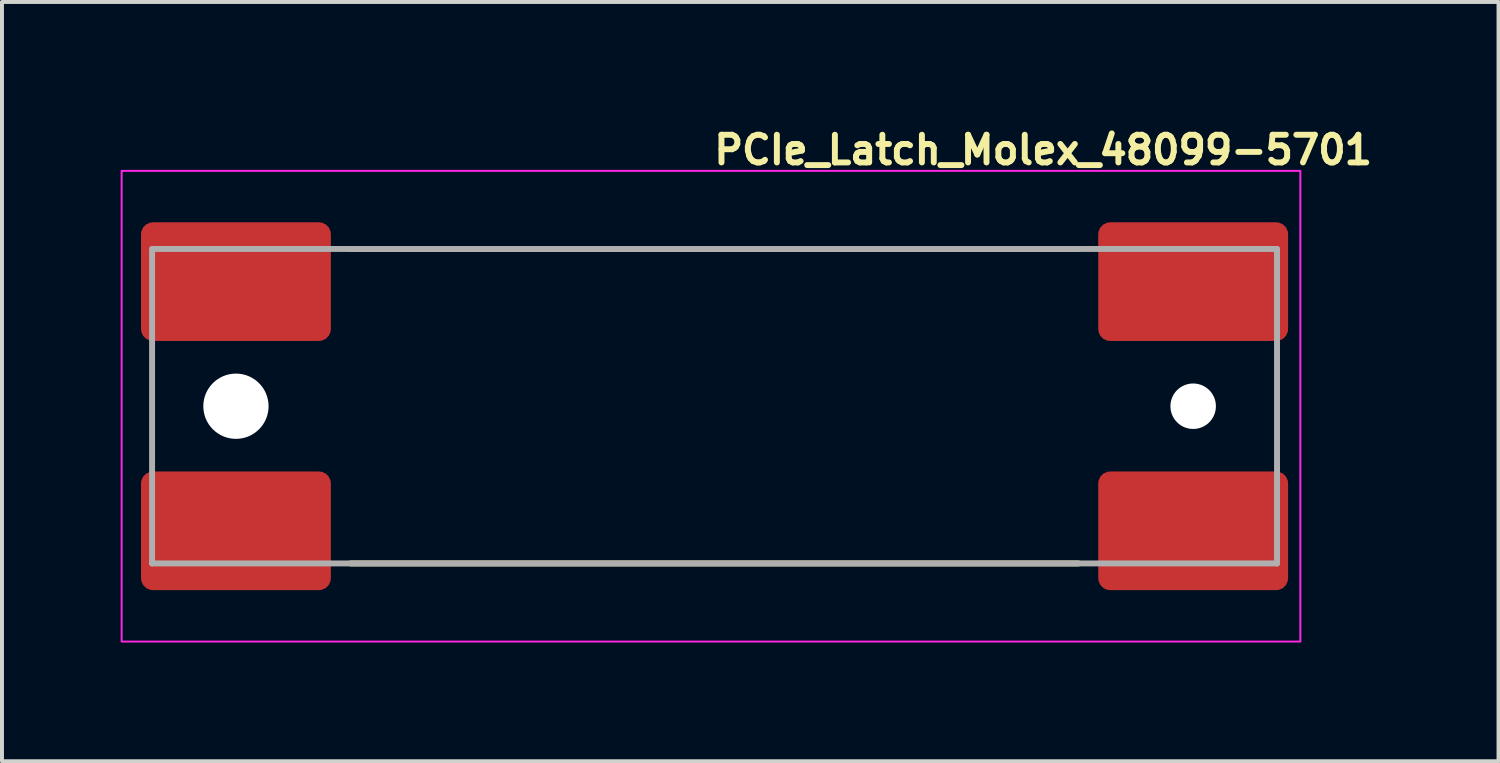
<source format=kicad_pcb>
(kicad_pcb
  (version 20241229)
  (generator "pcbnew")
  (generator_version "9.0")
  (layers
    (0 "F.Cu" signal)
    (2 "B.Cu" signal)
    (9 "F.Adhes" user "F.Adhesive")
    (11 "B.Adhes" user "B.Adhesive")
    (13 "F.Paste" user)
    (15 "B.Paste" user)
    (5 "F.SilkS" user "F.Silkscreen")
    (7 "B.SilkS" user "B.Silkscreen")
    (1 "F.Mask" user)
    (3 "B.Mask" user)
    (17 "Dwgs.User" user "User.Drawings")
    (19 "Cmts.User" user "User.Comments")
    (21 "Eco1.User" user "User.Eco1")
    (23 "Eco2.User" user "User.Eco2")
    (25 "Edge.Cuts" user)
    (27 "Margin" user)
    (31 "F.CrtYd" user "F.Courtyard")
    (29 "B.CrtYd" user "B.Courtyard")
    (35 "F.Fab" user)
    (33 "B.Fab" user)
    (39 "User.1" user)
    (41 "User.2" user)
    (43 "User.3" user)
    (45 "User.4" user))
  (footprint "PCIe_Latch_Molex_48099-5701"
    (layer "F.Cu")
    (at 14.925 7.15)
    (property "Reference" "PCIe_Latch_Molex_48099-5701" (at 0 -6 0) (layer "F.SilkS") (effects (font (size 0.7 0.7) (thickness 0.15)) (justify left bottom)))
    (attr smd)
    (fp_line (start -9.11 -3.905) (end 9.29 -3.905) (stroke (width 0.15) (type solid)) (layer "F.SilkS"))
    (fp_line (start -9.11 4.045) (end 9.29 4.045) (stroke (width 0.15) (type solid)) (layer "F.SilkS"))
    (fp_rect (start -14.9 -5.88) (end 14.9 6.02) (stroke (width 0.05) (type solid)) (fill no) (layer "F.CrtYd"))
    (fp_line (start -14.13 -3.905) (end 14.31 -3.905) (stroke (width 0.15) (type solid)) (layer "F.Fab"))
    (fp_line (start -14.13 4.045) (end -14.13 -3.905) (stroke (width 0.15) (type solid)) (layer "F.Fab"))
    (fp_line (start 14.31 -3.905) (end 14.31 4.045) (stroke (width 0.15) (type solid)) (layer "F.Fab"))
    (fp_line (start 14.31 4.045) (end -14.13 4.045) (stroke (width 0.15) (type solid)) (layer "F.Fab"))
    (fp_rect (start -14.5 -4.9) (end 14.5 4.9) (stroke (width 0.1) (type solid)) (fill no) (layer "User.5"))
    (fp_line (start -14.5 -4.4) (end -14.5 -1.4) (stroke (width 0.02) (type solid)) (layer "User.9"))
    (fp_line (start -14.5 -1.4) (end -14.225 -1.4) (stroke (width 0.02) (type solid)) (layer "User.9"))
    (fp_line (start -14.5 1.9) (end -14.5 4.9) (stroke (width 0.02) (type solid)) (layer "User.9"))
    (fp_line (start -14.5 4.9) (end -9.7 4.9) (stroke (width 0.02) (type solid)) (layer "User.9"))
    (fp_line (start -14.225 -4.35) (end -14.225 1.8) (stroke (width 0.02) (type solid)) (layer "User.9"))
    (fp_line (start -14.225 1.8) (end -14.225 3.6) (stroke (width 0.02) (type solid)) (layer "User.9"))
    (fp_line (start -14.225 1.8) (end -12.905 1.8) (stroke (width 0.02) (type solid)) (layer "User.9"))
    (fp_line (start -14.225 1.9) (end -14.5 1.9) (stroke (width 0.02) (type solid)) (layer "User.9"))
    (fp_line (start -14.175 -1.337) (end -14.174 -1.332) (stroke (width 0.02) (type solid)) (layer "User.9"))
    (fp_line (start -14.174 -1.332) (end -14.172 -1.317) (stroke (width 0.02) (type solid)) (layer "User.9"))
    (fp_line (start -14.172 -1.317) (end -14.169 -1.293) (stroke (width 0.02) (type solid)) (layer "User.9"))
    (fp_line (start -14.169 -1.293) (end -14.164 -1.259) (stroke (width 0.02) (type solid)) (layer "User.9"))
    (fp_line (start -14.164 -1.259) (end -14.158 -1.218) (stroke (width 0.02) (type solid)) (layer "User.9"))
    (fp_line (start -14.158 -1.218) (end -14.151 -1.168) (stroke (width 0.02) (type solid)) (layer "User.9"))
    (fp_line (start -14.151 -1.168) (end -14.143 -1.112) (stroke (width 0.02) (type solid)) (layer "User.9"))
    (fp_line (start -14.143 -1.112) (end -14.134 -1.051) (stroke (width 0.02) (type solid)) (layer "User.9"))
    (fp_line (start -14.134 -1.051) (end -14.124 -0.986) (stroke (width 0.02) (type solid)) (layer "User.9"))
    (fp_line (start -14.124 -0.986) (end -14.115 -0.917) (stroke (width 0.02) (type solid)) (layer "User.9"))
    (fp_line (start -14.115 -0.917) (end -14.105 -0.847) (stroke (width 0.02) (type solid)) (layer "User.9"))
    (fp_line (start -14.105 -0.847) (end -14.094 -0.777) (stroke (width 0.02) (type solid)) (layer "User.9"))
    (fp_line (start -14.094 -0.777) (end -14.085 -0.708) (stroke (width 0.02) (type solid)) (layer "User.9"))
    (fp_line (start -14.085 -0.708) (end -14.075 -0.642) (stroke (width 0.02) (type solid)) (layer "User.9"))
    (fp_line (start -14.075 -0.642) (end -14.054 -0.494) (stroke (width 0.02) (type solid)) (layer "User.9"))
    (fp_line (start -14.054 -0.494) (end -14.033 -0.348) (stroke (width 0.02) (type solid)) (layer "User.9"))
    (fp_line (start -14.033 -0.348) (end -14.012 -0.205) (stroke (width 0.02) (type solid)) (layer "User.9"))
    (fp_line (start -14.012 -0.205) (end -13.992 -0.066) (stroke (width 0.02) (type solid)) (layer "User.9"))
    (fp_line (start -13.992 -0.066) (end -13.973 0.07) (stroke (width 0.02) (type solid)) (layer "User.9"))
    (fp_line (start -13.973 0.07) (end -13.954 0.201) (stroke (width 0.02) (type solid)) (layer "User.9"))
    (fp_line (start -13.954 0.201) (end -13.935 0.328) (stroke (width 0.02) (type solid)) (layer "User.9"))
    (fp_line (start -13.935 0.328) (end -13.918 0.451) (stroke (width 0.02) (type solid)) (layer "User.9"))
    (fp_line (start -13.918 0.451) (end -13.901 0.569) (stroke (width 0.02) (type solid)) (layer "User.9"))
    (fp_line (start -13.901 0.569) (end -13.884 0.683) (stroke (width 0.02) (type solid)) (layer "User.9"))
    (fp_line (start -13.884 0.683) (end -13.869 0.791) (stroke (width 0.02) (type solid)) (layer "User.9"))
    (fp_line (start -13.869 0.791) (end -13.854 0.894) (stroke (width 0.02) (type solid)) (layer "User.9"))
    (fp_line (start -13.854 0.894) (end -13.84 0.992) (stroke (width 0.02) (type solid)) (layer "User.9"))
    (fp_line (start -13.84 0.992) (end -13.826 1.084) (stroke (width 0.02) (type solid)) (layer "User.9"))
    (fp_line (start -13.826 1.084) (end -13.825 1.092) (stroke (width 0.02) (type solid)) (layer "User.9"))
    (fp_line (start -13.825 1.092) (end -13.824 1.1) (stroke (width 0.02) (type solid)) (layer "User.9"))
    (fp_line (start -13.824 1.1) (end -13.823 1.108) (stroke (width 0.02) (type solid)) (layer "User.9"))
    (fp_line (start -13.823 1.108) (end -13.822 1.115) (stroke (width 0.02) (type solid)) (layer "User.9"))
    (fp_line (start -13.822 1.115) (end -13.821 1.121) (stroke (width 0.02) (type solid)) (layer "User.9"))
    (fp_line (start -13.821 1.121) (end -13.82 1.126) (stroke (width 0.02) (type solid)) (layer "User.9"))
    (fp_line (start -13.82 1.126) (end -13.82 1.131) (stroke (width 0.02) (type solid)) (layer "User.9"))
    (fp_line (start -13.82 1.131) (end -13.819 1.135) (stroke (width 0.02) (type solid)) (layer "User.9"))
    (fp_line (start -13.819 1.135) (end -13.819 1.139) (stroke (width 0.02) (type solid)) (layer "User.9"))
    (fp_line (start -13.819 1.139) (end -13.818 1.142) (stroke (width 0.02) (type solid)) (layer "User.9"))
    (fp_line (start -13.818 1.142) (end -13.818 1.144) (stroke (width 0.02) (type solid)) (layer "User.9"))
    (fp_line (start -13.818 1.144) (end -13.818 1.146) (stroke (width 0.02) (type solid)) (layer "User.9"))
    (fp_line (start -13.818 1.146) (end -13.817 1.147) (stroke (width 0.02) (type solid)) (layer "User.9"))
    (fp_line (start -13.817 1.147) (end -13.817 1.147) (stroke (width 0.02) (type solid)) (layer "User.9"))
    (fp_line (start -13.817 1.147) (end -13.812 1.187) (stroke (width 0.02) (type solid)) (layer "User.9"))
    (fp_line (start -13.525 -4.35) (end -14.225 -4.35) (stroke (width 0.02) (type solid)) (layer "User.9"))
    (fp_line (start -13.525 -4.35) (end -13.525 -3.4) (stroke (width 0.02) (type solid)) (layer "User.9"))
    (fp_line (start -13.525 -4.35) (end -12.295 -4.35) (stroke (width 0.02) (type solid)) (layer "User.9"))
    (fp_line (start -13.525 -3.4) (end -13.375 -3.25) (stroke (width 0.02) (type solid)) (layer "User.9"))
    (fp_line (start -13.375 -3.25) (end -12.295 -3.25) (stroke (width 0.02) (type solid)) (layer "User.9"))
    (fp_line (start -13.2 2.55) (end -13.196 2.457) (stroke (width 0.02) (type solid)) (layer "User.9"))
    (fp_line (start -13.196 2.457) (end -13.184 2.364) (stroke (width 0.02) (type solid)) (layer "User.9"))
    (fp_line (start -13.196 2.643) (end -13.2 2.55) (stroke (width 0.02) (type solid)) (layer "User.9"))
    (fp_line (start -13.184 2.364) (end -13.165 2.273) (stroke (width 0.02) (type solid)) (layer "User.9"))
    (fp_line (start -13.184 2.736) (end -13.196 2.643) (stroke (width 0.02) (type solid)) (layer "User.9"))
    (fp_line (start -13.165 2.273) (end -13.137 2.184) (stroke (width 0.02) (type solid)) (layer "User.9"))
    (fp_line (start -13.165 2.827) (end -13.184 2.736) (stroke (width 0.02) (type solid)) (layer "User.9"))
    (fp_line (start -13.137 2.184) (end -13.102 2.097) (stroke (width 0.02) (type solid)) (layer "User.9"))
    (fp_line (start -13.137 2.916) (end -13.165 2.827) (stroke (width 0.02) (type solid)) (layer "User.9"))
    (fp_line (start -13.102 2.097) (end -13.06 2.014) (stroke (width 0.02) (type solid)) (layer "User.9"))
    (fp_line (start -13.102 3.003) (end -13.137 2.916) (stroke (width 0.02) (type solid)) (layer "User.9"))
    (fp_line (start -13.06 2.014) (end -13.012 1.934) (stroke (width 0.02) (type solid)) (layer "User.9"))
    (fp_line (start -13.06 3.086) (end -13.102 3.003) (stroke (width 0.02) (type solid)) (layer "User.9"))
    (fp_line (start -13.012 1.934) (end -12.956 1.859) (stroke (width 0.02) (type solid)) (layer "User.9"))
    (fp_line (start -13.012 3.166) (end -13.06 3.086) (stroke (width 0.02) (type solid)) (layer "User.9"))
    (fp_line (start -13 -3.15) (end -13 -2.85) (stroke (width 0.02) (type solid)) (layer "User.9"))
    (fp_line (start -12.956 1.859) (end -12.894 1.789) (stroke (width 0.02) (type solid)) (layer "User.9"))
    (fp_line (start -12.956 3.241) (end -13.012 3.166) (stroke (width 0.02) (type solid)) (layer "User.9"))
    (fp_line (start -12.894 1.789) (end -12.827 1.725) (stroke (width 0.02) (type solid)) (layer "User.9"))
    (fp_line (start -12.894 3.311) (end -12.956 3.241) (stroke (width 0.02) (type solid)) (layer "User.9"))
    (fp_line (start -12.827 1.725) (end -12.754 1.666) (stroke (width 0.02) (type solid)) (layer "User.9"))
    (fp_line (start -12.827 3.375) (end -12.894 3.311) (stroke (width 0.02) (type solid)) (layer "User.9"))
    (fp_line (start -12.754 1.666) (end -12.677 1.614) (stroke (width 0.02) (type solid)) (layer "User.9"))
    (fp_line (start -12.754 3.434) (end -12.827 3.375) (stroke (width 0.02) (type solid)) (layer "User.9"))
    (fp_line (start -12.677 1.614) (end -12.596 1.568) (stroke (width 0.02) (type solid)) (layer "User.9"))
    (fp_line (start -12.677 3.486) (end -12.754 3.434) (stroke (width 0.02) (type solid)) (layer "User.9"))
    (fp_line (start -12.596 1.568) (end -12.511 1.53) (stroke (width 0.02) (type solid)) (layer "User.9"))
    (fp_line (start -12.596 3.532) (end -12.677 3.486) (stroke (width 0.02) (type solid)) (layer "User.9"))
    (fp_line (start -12.55 2.55) (end -12.546 2.491) (stroke (width 0.02) (type solid)) (layer "User.9"))
    (fp_line (start -12.546 2.491) (end -12.534 2.433) (stroke (width 0.02) (type solid)) (layer "User.9"))
    (fp_line (start -12.546 2.609) (end -12.55 2.55) (stroke (width 0.02) (type solid)) (layer "User.9"))
    (fp_line (start -12.534 2.433) (end -12.515 2.377) (stroke (width 0.02) (type solid)) (layer "User.9"))
    (fp_line (start -12.534 2.667) (end -12.546 2.609) (stroke (width 0.02) (type solid)) (layer "User.9"))
    (fp_line (start -12.515 2.377) (end -12.489 2.324) (stroke (width 0.02) (type solid)) (layer "User.9"))
    (fp_line (start -12.515 2.723) (end -12.534 2.667) (stroke (width 0.02) (type solid)) (layer "User.9"))
    (fp_line (start -12.511 1.53) (end -12.423 1.498) (stroke (width 0.02) (type solid)) (layer "User.9"))
    (fp_line (start -12.511 3.57) (end -12.596 3.532) (stroke (width 0.02) (type solid)) (layer "User.9"))
    (fp_line (start -12.489 2.324) (end -12.456 2.274) (stroke (width 0.02) (type solid)) (layer "User.9"))
    (fp_line (start -12.489 2.776) (end -12.515 2.723) (stroke (width 0.02) (type solid)) (layer "User.9"))
    (fp_line (start -12.456 2.274) (end -12.416 2.23) (stroke (width 0.02) (type solid)) (layer "User.9"))
    (fp_line (start -12.456 2.826) (end -12.489 2.776) (stroke (width 0.02) (type solid)) (layer "User.9"))
    (fp_line (start -12.428 3.6) (end -14.225 3.6) (stroke (width 0.02) (type solid)) (layer "User.9"))
    (fp_line (start -12.423 1.498) (end -12.332 1.475) (stroke (width 0.02) (type solid)) (layer "User.9"))
    (fp_line (start -12.423 3.602) (end -12.511 3.57) (stroke (width 0.02) (type solid)) (layer "User.9"))
    (fp_line (start -12.416 2.23) (end -12.372 2.191) (stroke (width 0.02) (type solid)) (layer "User.9"))
    (fp_line (start -12.416 2.87) (end -12.456 2.826) (stroke (width 0.02) (type solid)) (layer "User.9"))
    (fp_line (start -12.372 2.191) (end -12.322 2.159) (stroke (width 0.02) (type solid)) (layer "User.9"))
    (fp_line (start -12.372 2.909) (end -12.416 2.87) (stroke (width 0.02) (type solid)) (layer "User.9"))
    (fp_line (start -12.332 1.475) (end -12.24 1.459) (stroke (width 0.02) (type solid)) (layer "User.9"))
    (fp_line (start -12.332 3.625) (end -12.423 3.602) (stroke (width 0.02) (type solid)) (layer "User.9"))
    (fp_line (start -12.322 2.159) (end -12.269 2.133) (stroke (width 0.02) (type solid)) (layer "User.9"))
    (fp_line (start -12.322 2.941) (end -12.372 2.909) (stroke (width 0.02) (type solid)) (layer "User.9"))
    (fp_line (start -12.295 -4.35) (end -12.295 -3.25) (stroke (width 0.02) (type solid)) (layer "User.9"))
    (fp_line (start -12.295 -3.25) (end -12.295 -3.15) (stroke (width 0.02) (type solid)) (layer "User.9"))
    (fp_line (start -12.269 2.133) (end -12.212 2.114) (stroke (width 0.02) (type solid)) (layer "User.9"))
    (fp_line (start -12.269 2.967) (end -12.322 2.941) (stroke (width 0.02) (type solid)) (layer "User.9"))
    (fp_line (start -12.245 -1.615) (end -14.175 -1.337) (stroke (width 0.02) (type solid)) (layer "User.9"))
    (fp_line (start -12.245 -1.615) (end -12.244 -1.61) (stroke (width 0.02) (type solid)) (layer "User.9"))
    (fp_line (start -12.245 -1.615) (end -11.85 -1.672) (stroke (width 0.02) (type solid)) (layer "User.9"))
    (fp_line (start -12.244 -1.61) (end -12.242 -1.595) (stroke (width 0.02) (type solid)) (layer "User.9"))
    (fp_line (start -12.242 -1.595) (end -12.239 -1.571) (stroke (width 0.02) (type solid)) (layer "User.9"))
    (fp_line (start -12.24 1.459) (end -12.147 1.451) (stroke (width 0.02) (type solid)) (layer "User.9"))
    (fp_line (start -12.24 3.641) (end -12.332 3.625) (stroke (width 0.02) (type solid)) (layer "User.9"))
    (fp_line (start -12.239 -1.571) (end -12.234 -1.537) (stroke (width 0.02) (type solid)) (layer "User.9"))
    (fp_line (start -12.234 -1.537) (end -12.228 -1.496) (stroke (width 0.02) (type solid)) (layer "User.9"))
    (fp_line (start -12.228 -1.496) (end -12.221 -1.446) (stroke (width 0.02) (type solid)) (layer "User.9"))
    (fp_line (start -12.221 -1.446) (end -12.213 -1.39) (stroke (width 0.02) (type solid)) (layer "User.9"))
    (fp_line (start -12.213 -1.39) (end -12.204 -1.329) (stroke (width 0.02) (type solid)) (layer "User.9"))
    (fp_line (start -12.212 2.114) (end -12.154 2.103) (stroke (width 0.02) (type solid)) (layer "User.9"))
    (fp_line (start -12.212 2.986) (end -12.269 2.967) (stroke (width 0.02) (type solid)) (layer "User.9"))
    (fp_line (start -12.204 -1.329) (end -12.194 -1.263) (stroke (width 0.02) (type solid)) (layer "User.9"))
    (fp_line (start -12.2 -4.05) (end -12.2 -3.15) (stroke (width 0.02) (type solid)) (layer "User.9"))
    (fp_line (start -12.196 -4.097) (end -12.2 -4.05) (stroke (width 0.02) (type solid)) (layer "User.9"))
    (fp_line (start -12.194 -1.263) (end -12.185 -1.195) (stroke (width 0.02) (type solid)) (layer "User.9"))
    (fp_line (start -12.185 -4.143) (end -12.196 -4.097) (stroke (width 0.02) (type solid)) (layer "User.9"))
    (fp_line (start -12.185 -1.195) (end -12.174 -1.125) (stroke (width 0.02) (type solid)) (layer "User.9"))
    (fp_line (start -12.174 -1.125) (end -12.164 -1.055) (stroke (width 0.02) (type solid)) (layer "User.9"))
    (fp_line (start -12.167 -4.186) (end -12.185 -4.143) (stroke (width 0.02) (type solid)) (layer "User.9"))
    (fp_line (start -12.164 -1.055) (end -12.154 -0.986) (stroke (width 0.02) (type solid)) (layer "User.9"))
    (fp_line (start -12.154 -0.986) (end -12.145 -0.92) (stroke (width 0.02) (type solid)) (layer "User.9"))
    (fp_line (start -12.154 2.103) (end -12.095 2.1) (stroke (width 0.02) (type solid)) (layer "User.9"))
    (fp_line (start -12.154 2.997) (end -12.212 2.986) (stroke (width 0.02) (type solid)) (layer "User.9"))
    (fp_line (start -12.147 1.451) (end -12.054 1.451) (stroke (width 0.02) (type solid)) (layer "User.9"))
    (fp_line (start -12.147 3.649) (end -12.24 3.641) (stroke (width 0.02) (type solid)) (layer "User.9"))
    (fp_line (start -12.145 -0.92) (end -14.075 -0.642) (stroke (width 0.02) (type solid)) (layer "User.9"))
    (fp_line (start -12.145 -0.92) (end -12.124 -0.771) (stroke (width 0.02) (type solid)) (layer "User.9"))
    (fp_line (start -12.143 -4.226) (end -12.167 -4.186) (stroke (width 0.02) (type solid)) (layer "User.9"))
    (fp_line (start -12.124 -0.771) (end -12.103 -0.626) (stroke (width 0.02) (type solid)) (layer "User.9"))
    (fp_line (start -12.112 -4.262) (end -12.143 -4.226) (stroke (width 0.02) (type solid)) (layer "User.9"))
    (fp_line (start -12.103 -0.626) (end -12.082 -0.483) (stroke (width 0.02) (type solid)) (layer "User.9"))
    (fp_line (start -12.095 2.1) (end -12.036 2.105) (stroke (width 0.02) (type solid)) (layer "User.9"))
    (fp_line (start -12.095 3) (end -12.154 2.997) (stroke (width 0.02) (type solid)) (layer "User.9"))
    (fp_line (start -12.082 -0.483) (end -12.062 -0.344) (stroke (width 0.02) (type solid)) (layer "User.9"))
    (fp_line (start -12.076 -4.293) (end -12.112 -4.262) (stroke (width 0.02) (type solid)) (layer "User.9"))
    (fp_line (start -12.062 -0.344) (end -12.042 -0.208) (stroke (width 0.02) (type solid)) (layer "User.9"))
    (fp_line (start -12.054 1.451) (end -11.961 1.459) (stroke (width 0.02) (type solid)) (layer "User.9"))
    (fp_line (start -12.054 3.649) (end -12.147 3.649) (stroke (width 0.02) (type solid)) (layer "User.9"))
    (fp_line (start -12.042 -0.208) (end -12.024 -0.077) (stroke (width 0.02) (type solid)) (layer "User.9"))
    (fp_line (start -12.036 -4.317) (end -12.076 -4.293) (stroke (width 0.02) (type solid)) (layer "User.9"))
    (fp_line (start -12.036 2.105) (end -11.978 2.117) (stroke (width 0.02) (type solid)) (layer "User.9"))
    (fp_line (start -12.036 2.995) (end -12.095 3) (stroke (width 0.02) (type solid)) (layer "User.9"))
    (fp_line (start -12.024 -0.077) (end -12.005 0.05) (stroke (width 0.02) (type solid)) (layer "User.9"))
    (fp_line (start -12.005 0.05) (end -11.988 0.173) (stroke (width 0.02) (type solid)) (layer "User.9"))
    (fp_line (start -11.993 -4.335) (end -12.036 -4.317) (stroke (width 0.02) (type solid)) (layer "User.9"))
    (fp_line (start -11.988 0.173) (end -11.971 0.291) (stroke (width 0.02) (type solid)) (layer "User.9"))
    (fp_line (start -11.978 2.117) (end -11.922 2.137) (stroke (width 0.02) (type solid)) (layer "User.9"))
    (fp_line (start -11.978 2.983) (end -12.036 2.995) (stroke (width 0.02) (type solid)) (layer "User.9"))
    (fp_line (start -11.971 0.291) (end -11.954 0.405) (stroke (width 0.02) (type solid)) (layer "User.9"))
    (fp_line (start -11.961 1.459) (end -11.869 1.475) (stroke (width 0.02) (type solid)) (layer "User.9"))
    (fp_line (start -11.961 3.641) (end -12.054 3.649) (stroke (width 0.02) (type solid)) (layer "User.9"))
    (fp_line (start -11.954 0.405) (end -11.939 0.513) (stroke (width 0.02) (type solid)) (layer "User.9"))
    (fp_line (start -11.947 -4.346) (end -11.993 -4.335) (stroke (width 0.02) (type solid)) (layer "User.9"))
    (fp_line (start -11.939 0.513) (end -11.924 0.616) (stroke (width 0.02) (type solid)) (layer "User.9"))
    (fp_line (start -11.924 0.616) (end -11.91 0.714) (stroke (width 0.02) (type solid)) (layer "User.9"))
    (fp_line (start -11.922 2.137) (end -11.869 2.164) (stroke (width 0.02) (type solid)) (layer "User.9"))
    (fp_line (start -11.922 2.963) (end -11.978 2.983) (stroke (width 0.02) (type solid)) (layer "User.9"))
    (fp_line (start -11.91 0.714) (end -11.896 0.806) (stroke (width 0.02) (type solid)) (layer "User.9"))
    (fp_line (start -11.9 -4.35) (end -11.947 -4.346) (stroke (width 0.02) (type solid)) (layer "User.9"))
    (fp_line (start -11.896 0.806) (end -13.826 1.084) (stroke (width 0.02) (type solid)) (layer "User.9"))
    (fp_line (start -11.896 0.806) (end -11.895 0.814) (stroke (width 0.02) (type solid)) (layer "User.9"))
    (fp_line (start -11.895 0.814) (end -11.894 0.822) (stroke (width 0.02) (type solid)) (layer "User.9"))
    (fp_line (start -11.894 0.822) (end -11.893 0.83) (stroke (width 0.02) (type solid)) (layer "User.9"))
    (fp_line (start -11.893 0.83) (end -11.892 0.837) (stroke (width 0.02) (type solid)) (layer "User.9"))
    (fp_line (start -11.892 0.837) (end -11.891 0.843) (stroke (width 0.02) (type solid)) (layer "User.9"))
    (fp_line (start -11.891 0.843) (end -11.89 0.848) (stroke (width 0.02) (type solid)) (layer "User.9"))
    (fp_line (start -11.89 0.848) (end -11.89 0.853) (stroke (width 0.02) (type solid)) (layer "User.9"))
    (fp_line (start -11.89 0.853) (end -11.889 0.858) (stroke (width 0.02) (type solid)) (layer "User.9"))
    (fp_line (start -11.889 0.858) (end -11.888 0.861) (stroke (width 0.02) (type solid)) (layer "User.9"))
    (fp_line (start -11.888 0.861) (end -11.888 0.864) (stroke (width 0.02) (type solid)) (layer "User.9"))
    (fp_line (start -11.888 0.864) (end -11.888 0.866) (stroke (width 0.02) (type solid)) (layer "User.9"))
    (fp_line (start -11.888 0.866) (end -11.887 0.868) (stroke (width 0.02) (type solid)) (layer "User.9"))
    (fp_line (start -11.887 0.868) (end -11.887 0.869) (stroke (width 0.02) (type solid)) (layer "User.9"))
    (fp_line (start -11.887 0.869) (end -13.817 1.147) (stroke (width 0.02) (type solid)) (layer "User.9"))
    (fp_line (start -11.887 0.869) (end -11.887 0.869) (stroke (width 0.02) (type solid)) (layer "User.9"))
    (fp_line (start -11.887 0.869) (end -11.882 0.909) (stroke (width 0.02) (type solid)) (layer "User.9"))
    (fp_line (start -11.882 0.909) (end -13.812 1.187) (stroke (width 0.02) (type solid)) (layer "User.9"))
    (fp_line (start -11.869 1.574) (end -11.869 1.475) (stroke (width 0.02) (type solid)) (layer "User.9"))
    (fp_line (start -11.869 1.662) (end -11.869 1.574) (stroke (width 0.02) (type solid)) (layer "User.9"))
    (fp_line (start -11.869 1.8) (end -11.869 1.475) (stroke (width 0.02) (type solid)) (layer "User.9"))
    (fp_line (start -11.869 1.8) (end -11.869 2.5) (stroke (width 0.02) (type solid)) (layer "User.9"))
    (fp_line (start -11.869 1.8) (end -11.85 1.8) (stroke (width 0.02) (type solid)) (layer "User.9"))
    (fp_line (start -11.869 1.826) (end -11.869 1.662) (stroke (width 0.02) (type solid)) (layer "User.9"))
    (fp_line (start -11.869 1.993) (end -11.869 1.826) (stroke (width 0.02) (type solid)) (layer "User.9"))
    (fp_line (start -11.869 2.164) (end -11.869 1.993) (stroke (width 0.02) (type solid)) (layer "User.9"))
    (fp_line (start -11.869 2.164) (end -11.869 2.936) (stroke (width 0.02) (type solid)) (layer "User.9"))
    (fp_line (start -11.869 2.936) (end -11.922 2.963) (stroke (width 0.02) (type solid)) (layer "User.9"))
    (fp_line (start -11.869 3) (end -11.869 2.5) (stroke (width 0.02) (type solid)) (layer "User.9"))
    (fp_line (start -11.869 3.107) (end -11.869 2.936) (stroke (width 0.02) (type solid)) (layer "User.9"))
    (fp_line (start -11.869 3.273) (end -11.869 3.107) (stroke (width 0.02) (type solid)) (layer "User.9"))
    (fp_line (start -11.869 3.3) (end -11.869 3) (stroke (width 0.02) (type solid)) (layer "User.9"))
    (fp_line (start -11.869 3.3) (end -11.5 3.3) (stroke (width 0.02) (type solid)) (layer "User.9"))
    (fp_line (start -11.869 3.437) (end -11.869 3.273) (stroke (width 0.02) (type solid)) (layer "User.9"))
    (fp_line (start -11.869 3.526) (end -11.869 3.437) (stroke (width 0.02) (type solid)) (layer "User.9"))
    (fp_line (start -11.869 3.625) (end -11.961 3.641) (stroke (width 0.02) (type solid)) (layer "User.9"))
    (fp_line (start -11.869 3.625) (end -11.869 3.526) (stroke (width 0.02) (type solid)) (layer "User.9"))
    (fp_line (start -11.85 -3.15) (end -13 -3.15) (stroke (width 0.02) (type solid)) (layer "User.9"))
    (fp_line (start -11.85 -3.15) (end -11.85 -3.147) (stroke (width 0.02) (type solid)) (layer "User.9"))
    (fp_line (start -11.85 -3.15) (end -5.75 -3.15) (stroke (width 0.02) (type solid)) (layer "User.9"))
    (fp_line (start -11.85 -3.147) (end -11.85 -3.14) (stroke (width 0.02) (type solid)) (layer "User.9"))
    (fp_line (start -11.85 -3.14) (end -11.85 -3.128) (stroke (width 0.02) (type solid)) (layer "User.9"))
    (fp_line (start -11.85 -3.128) (end -11.85 -3.11) (stroke (width 0.02) (type solid)) (layer "User.9"))
    (fp_line (start -11.85 -3.11) (end -11.85 -3.089) (stroke (width 0.02) (type solid)) (layer "User.9"))
    (fp_line (start -11.85 -3.089) (end -11.85 -3.063) (stroke (width 0.02) (type solid)) (layer "User.9"))
    (fp_line (start -11.85 -3.063) (end -11.85 -3.033) (stroke (width 0.02) (type solid)) (layer "User.9"))
    (fp_line (start -11.85 -3.033) (end -11.85 -2.999) (stroke (width 0.02) (type solid)) (layer "User.9"))
    (fp_line (start -11.85 -2.999) (end -11.85 -2.963) (stroke (width 0.02) (type solid)) (layer "User.9"))
    (fp_line (start -11.85 -2.963) (end -11.85 -2.924) (stroke (width 0.02) (type solid)) (layer "User.9"))
    (fp_line (start -11.85 -2.924) (end -11.85 -2.882) (stroke (width 0.02) (type solid)) (layer "User.9"))
    (fp_line (start -11.85 -2.882) (end -11.85 -2.839) (stroke (width 0.02) (type solid)) (layer "User.9"))
    (fp_line (start -11.85 -2.85) (end -13 -2.85) (stroke (width 0.02) (type solid)) (layer "User.9"))
    (fp_line (start -11.85 -2.839) (end -11.85 -2.795) (stroke (width 0.02) (type solid)) (layer "User.9"))
    (fp_line (start -11.85 -2.795) (end -11.85 -2.75) (stroke (width 0.02) (type solid)) (layer "User.9"))
    (fp_line (start -11.85 -2.75) (end -5.75 -2.75) (stroke (width 0.02) (type solid)) (layer "User.9"))
    (fp_line (start -11.85 -1.369) (end -12.202 -1.318) (stroke (width 0.02) (type solid)) (layer "User.9"))
    (fp_line (start -11.85 -1.08) (end -11.85 -2.75) (stroke (width 0.02) (type solid)) (layer "User.9"))
    (fp_line (start -11.85 -1.08) (end -11.85 -1.035) (stroke (width 0.02) (type solid)) (layer "User.9"))
    (fp_line (start -11.85 -1.08) (end -5.75 -1.08) (stroke (width 0.02) (type solid)) (layer "User.9"))
    (fp_line (start -11.85 -1.035) (end -11.85 -0.991) (stroke (width 0.02) (type solid)) (layer "User.9"))
    (fp_line (start -11.85 -0.991) (end -11.85 -0.948) (stroke (width 0.02) (type solid)) (layer "User.9"))
    (fp_line (start -11.85 -0.948) (end -11.85 -0.906) (stroke (width 0.02) (type solid)) (layer "User.9"))
    (fp_line (start -11.85 -0.906) (end -11.85 -0.867) (stroke (width 0.02) (type solid)) (layer "User.9"))
    (fp_line (start -11.85 -0.867) (end -11.85 -0.831) (stroke (width 0.02) (type solid)) (layer "User.9"))
    (fp_line (start -11.85 -0.831) (end -11.85 -0.797) (stroke (width 0.02) (type solid)) (layer "User.9"))
    (fp_line (start -11.85 -0.797) (end -11.85 -0.767) (stroke (width 0.02) (type solid)) (layer "User.9"))
    (fp_line (start -11.85 -0.767) (end -11.85 -0.741) (stroke (width 0.02) (type solid)) (layer "User.9"))
    (fp_line (start -11.85 -0.741) (end -11.85 -0.72) (stroke (width 0.02) (type solid)) (layer "User.9"))
    (fp_line (start -11.85 -0.72) (end -11.85 -0.702) (stroke (width 0.02) (type solid)) (layer "User.9"))
    (fp_line (start -11.85 -0.702) (end -11.85 -0.69) (stroke (width 0.02) (type solid)) (layer "User.9"))
    (fp_line (start -11.85 -0.69) (end -11.85 -0.683) (stroke (width 0.02) (type solid)) (layer "User.9"))
    (fp_line (start -11.85 -0.683) (end -11.85 -0.68) (stroke (width 0.02) (type solid)) (layer "User.9"))
    (fp_line (start -11.85 -0.68) (end -11.85 2.82) (stroke (width 0.02) (type solid)) (layer "User.9"))
    (fp_line (start -11.85 -0.68) (end -5.75 -0.68) (stroke (width 0.02) (type solid)) (layer "User.9"))
    (fp_line (start -11.85 2.5) (end -11.869 2.5) (stroke (width 0.02) (type solid)) (layer "User.9"))
    (fp_line (start -11.85 2.82) (end -11.85 2.842) (stroke (width 0.02) (type solid)) (layer "User.9"))
    (fp_line (start -11.85 2.82) (end -9.9 2.82) (stroke (width 0.02) (type solid)) (layer "User.9"))
    (fp_line (start -11.85 2.842) (end -11.85 2.865) (stroke (width 0.02) (type solid)) (layer "User.9"))
    (fp_line (start -11.85 2.865) (end -11.85 2.886) (stroke (width 0.02) (type solid)) (layer "User.9"))
    (fp_line (start -11.85 2.886) (end -11.85 2.907) (stroke (width 0.02) (type solid)) (layer "User.9"))
    (fp_line (start -11.85 2.907) (end -11.85 2.926) (stroke (width 0.02) (type solid)) (layer "User.9"))
    (fp_line (start -11.85 2.926) (end -11.85 2.945) (stroke (width 0.02) (type solid)) (layer "User.9"))
    (fp_line (start -11.85 2.945) (end -11.85 2.961) (stroke (width 0.02) (type solid)) (layer "User.9"))
    (fp_line (start -11.85 2.961) (end -11.85 2.976) (stroke (width 0.02) (type solid)) (layer "User.9"))
    (fp_line (start -11.85 2.976) (end -11.85 2.989) (stroke (width 0.02) (type solid)) (layer "User.9"))
    (fp_line (start -11.85 2.989) (end -11.85 3) (stroke (width 0.02) (type solid)) (layer "User.9"))
    (fp_line (start -11.85 3) (end -11.869 3) (stroke (width 0.02) (type solid)) (layer "User.9"))
    (fp_line (start -11.85 3) (end -11.85 3.009) (stroke (width 0.02) (type solid)) (layer "User.9"))
    (fp_line (start -11.85 3.009) (end -11.85 3.015) (stroke (width 0.02) (type solid)) (layer "User.9"))
    (fp_line (start -11.85 3.015) (end -11.85 3.019) (stroke (width 0.02) (type solid)) (layer "User.9"))
    (fp_line (start -11.85 3.019) (end -11.85 3.02) (stroke (width 0.02) (type solid)) (layer "User.9"))
    (fp_line (start -11.85 3.02) (end -9.9 3.02) (stroke (width 0.02) (type solid)) (layer "User.9"))
    (fp_line (start -11.5 3.3) (end -11.5 3.02) (stroke (width 0.02) (type solid)) (layer "User.9"))
    (fp_line (start -11.475 3.52) (end -11.175 3.52) (stroke (width 0.02) (type solid)) (layer "User.9"))
    (fp_line (start -11.475 4.36) (end -11.475 3.52) (stroke (width 0.02) (type solid)) (layer "User.9"))
    (fp_line (start -11.471 4.399) (end -11.475 4.36) (stroke (width 0.02) (type solid)) (layer "User.9"))
    (fp_line (start -11.46 4.437) (end -11.471 4.399) (stroke (width 0.02) (type solid)) (layer "User.9"))
    (fp_line (start -11.441 4.471) (end -11.46 4.437) (stroke (width 0.02) (type solid)) (layer "User.9"))
    (fp_line (start -11.416 4.501) (end -11.441 4.471) (stroke (width 0.02) (type solid)) (layer "User.9"))
    (fp_line (start -11.386 4.526) (end -11.416 4.501) (stroke (width 0.02) (type solid)) (layer "User.9"))
    (fp_line (start -11.352 4.545) (end -11.386 4.526) (stroke (width 0.02) (type solid)) (layer "User.9"))
    (fp_line (start -11.314 4.556) (end -11.352 4.545) (stroke (width 0.02) (type solid)) (layer "User.9"))
    (fp_line (start -11.275 4.56) (end -11.314 4.556) (stroke (width 0.02) (type solid)) (layer "User.9"))
    (fp_line (start -11.2 -4.35) (end -11.9 -4.35) (stroke (width 0.02) (type solid)) (layer "User.9"))
    (fp_line (start -11.175 3.02) (end -11.175 3.52) (stroke (width 0.02) (type solid)) (layer "User.9"))
    (fp_line (start -11.153 -4.346) (end -11.2 -4.35) (stroke (width 0.02) (type solid)) (layer "User.9"))
    (fp_line (start -11.107 -4.335) (end -11.153 -4.346) (stroke (width 0.02) (type solid)) (layer "User.9"))
    (fp_line (start -11.064 -4.317) (end -11.107 -4.335) (stroke (width 0.02) (type solid)) (layer "User.9"))
    (fp_line (start -11.024 -4.293) (end -11.064 -4.317) (stroke (width 0.02) (type solid)) (layer "User.9"))
    (fp_line (start -10.988 -4.262) (end -11.024 -4.293) (stroke (width 0.02) (type solid)) (layer "User.9"))
    (fp_line (start -10.957 -4.226) (end -10.988 -4.262) (stroke (width 0.02) (type solid)) (layer "User.9"))
    (fp_line (start -10.933 -4.186) (end -10.957 -4.226) (stroke (width 0.02) (type solid)) (layer "User.9"))
    (fp_line (start -10.915 -4.143) (end -10.933 -4.186) (stroke (width 0.02) (type solid)) (layer "User.9"))
    (fp_line (start -10.904 -4.097) (end -10.915 -4.143) (stroke (width 0.02) (type solid)) (layer "User.9"))
    (fp_line (start -10.9 -4.05) (end -10.904 -4.097) (stroke (width 0.02) (type solid)) (layer "User.9"))
    (fp_line (start -10.9 -3.15) (end -10.9 -4.05) (stroke (width 0.02) (type solid)) (layer "User.9"))
    (fp_line (start -10.795 -4.35) (end -10.795 -3.25) (stroke (width 0.02) (type solid)) (layer "User.9"))
    (fp_line (start -10.795 -3.25) (end -5.75 -3.25) (stroke (width 0.02) (type solid)) (layer "User.9"))
    (fp_line (start -10.795 -3.15) (end -10.795 -3.25) (stroke (width 0.02) (type solid)) (layer "User.9"))
    (fp_line (start -10.225 3.52) (end -10.225 3.02) (stroke (width 0.02) (type solid)) (layer "User.9"))
    (fp_line (start -10.225 3.52) (end -9.925 3.52) (stroke (width 0.02) (type solid)) (layer "User.9"))
    (fp_line (start -10.125 4.56) (end -11.275 4.56) (stroke (width 0.02) (type solid)) (layer "User.9"))
    (fp_line (start -10.086 4.556) (end -10.125 4.56) (stroke (width 0.02) (type solid)) (layer "User.9"))
    (fp_line (start -10.048 4.545) (end -10.086 4.556) (stroke (width 0.02) (type solid)) (layer "User.9"))
    (fp_line (start -10.014 4.526) (end -10.048 4.545) (stroke (width 0.02) (type solid)) (layer "User.9"))
    (fp_line (start -9.984 4.501) (end -10.014 4.526) (stroke (width 0.02) (type solid)) (layer "User.9"))
    (fp_line (start -9.959 4.471) (end -9.984 4.501) (stroke (width 0.02) (type solid)) (layer "User.9"))
    (fp_line (start -9.94 4.437) (end -9.959 4.471) (stroke (width 0.02) (type solid)) (layer "User.9"))
    (fp_line (start -9.929 4.399) (end -9.94 4.437) (stroke (width 0.02) (type solid)) (layer "User.9"))
    (fp_line (start -9.925 3.52) (end -9.925 4.36) (stroke (width 0.02) (type solid)) (layer "User.9"))
    (fp_line (start -9.925 4.36) (end -9.929 4.399) (stroke (width 0.02) (type solid)) (layer "User.9"))
    (fp_line (start -9.9 -0.68) (end -9.9 2.82) (stroke (width 0.02) (type solid)) (layer "User.9"))
    (fp_line (start -9.9 2.842) (end -9.9 2.82) (stroke (width 0.02) (type solid)) (layer "User.9"))
    (fp_line (start -9.9 2.865) (end -9.9 2.842) (stroke (width 0.02) (type solid)) (layer "User.9"))
    (fp_line (start -9.9 2.886) (end -9.9 2.865) (stroke (width 0.02) (type solid)) (layer "User.9"))
    (fp_line (start -9.9 2.907) (end -9.9 2.886) (stroke (width 0.02) (type solid)) (layer "User.9"))
    (fp_line (start -9.9 2.926) (end -9.9 2.907) (stroke (width 0.02) (type solid)) (layer "User.9"))
    (fp_line (start -9.9 2.945) (end -9.9 2.926) (stroke (width 0.02) (type solid)) (layer "User.9"))
    (fp_line (start -9.9 2.961) (end -9.9 2.945) (stroke (width 0.02) (type solid)) (layer "User.9"))
    (fp_line (start -9.9 2.976) (end -9.9 2.961) (stroke (width 0.02) (type solid)) (layer "User.9"))
    (fp_line (start -9.9 2.989) (end -9.9 2.976) (stroke (width 0.02) (type solid)) (layer "User.9"))
    (fp_line (start -9.9 3) (end -9.9 2.989) (stroke (width 0.02) (type solid)) (layer "User.9"))
    (fp_line (start -9.9 3.009) (end -9.9 3) (stroke (width 0.02) (type solid)) (layer "User.9"))
    (fp_line (start -9.9 3.015) (end -9.9 3.009) (stroke (width 0.02) (type solid)) (layer "User.9"))
    (fp_line (start -9.9 3.019) (end -9.9 3.015) (stroke (width 0.02) (type solid)) (layer "User.9"))
    (fp_line (start -9.9 3.02) (end -9.9 3.019) (stroke (width 0.02) (type solid)) (layer "User.9"))
    (fp_line (start -9.9 3.3) (end -9.9 3.02) (stroke (width 0.02) (type solid)) (layer "User.9"))
    (fp_line (start -9.9 3.3) (end -9.5 3.3) (stroke (width 0.02) (type solid)) (layer "User.9"))
    (fp_line (start -9.75 -0.68) (end -9.75 3) (stroke (width 0.02) (type solid)) (layer "User.9"))
    (fp_line (start -9.75 2.5) (end -9.9 2.5) (stroke (width 0.02) (type solid)) (layer "User.9"))
    (fp_line (start -9.75 3) (end -9.9 3) (stroke (width 0.02) (type solid)) (layer "User.9"))
    (fp_line (start -9.7 -4.4) (end -14.5 -4.4) (stroke (width 0.02) (type solid)) (layer "User.9"))
    (fp_line (start -9.7 -4.35) (end -9.7 -4.4) (stroke (width 0.02) (type solid)) (layer "User.9"))
    (fp_line (start -9.7 4.9) (end -9.7 3.3) (stroke (width 0.02) (type solid)) (layer "User.9"))
    (fp_line (start -9.5 0.25) (end -8.57 -0.68) (stroke (width 0.02) (type solid)) (layer "User.9"))
    (fp_line (start -9.5 3.3) (end -9.5 0.25) (stroke (width 0.02) (type solid)) (layer "User.9"))
    (fp_line (start -7.95 -0.45) (end -5.75 -0.45) (stroke (width 0.02) (type solid)) (layer "User.9"))
    (fp_line (start -7.95 0.1) (end -7.95 -0.45) (stroke (width 0.02) (type solid)) (layer "User.9"))
    (fp_line (start -7.5 -0.68) (end -7.5 -0.45) (stroke (width 0.02) (type solid)) (layer "User.9"))
    (fp_line (start -6 -0.45) (end -6 -0.68) (stroke (width 0.02) (type solid)) (layer "User.9"))
    (fp_line (start -5.75 -0.45) (end -5.75 -4.35) (stroke (width 0.02) (type solid)) (layer "User.9"))
    (fp_line (start -4 0.1) (end -7.95 0.1) (stroke (width 0.02) (type solid)) (layer "User.9"))
    (fp_line (start -3.94 0.104) (end -4 0.1) (stroke (width 0.02) (type solid)) (layer "User.9"))
    (fp_line (start -3.88 0.115) (end -3.94 0.104) (stroke (width 0.02) (type solid)) (layer "User.9"))
    (fp_line (start -3.823 0.132) (end -3.88 0.115) (stroke (width 0.02) (type solid)) (layer "User.9"))
    (fp_line (start -3.768 0.157) (end -3.823 0.132) (stroke (width 0.02) (type solid)) (layer "User.9"))
    (fp_line (start -3.716 0.189) (end -3.768 0.157) (stroke (width 0.02) (type solid)) (layer "User.9"))
    (fp_line (start -3.668 0.226) (end -3.716 0.189) (stroke (width 0.02) (type solid)) (layer "User.9"))
    (fp_line (start -3.626 0.268) (end -3.668 0.226) (stroke (width 0.02) (type solid)) (layer "User.9"))
    (fp_line (start -3.589 0.316) (end -3.626 0.268) (stroke (width 0.02) (type solid)) (layer "User.9"))
    (fp_line (start -3.557 0.368) (end -3.589 0.316) (stroke (width 0.02) (type solid)) (layer "User.9"))
    (fp_line (start -3.532 0.423) (end -3.557 0.368) (stroke (width 0.02) (type solid)) (layer "User.9"))
    (fp_line (start -3.515 0.48) (end -3.532 0.423) (stroke (width 0.02) (type solid)) (layer "User.9"))
    (fp_line (start -3.504 0.54) (end -3.515 0.48) (stroke (width 0.02) (type solid)) (layer "User.9"))
    (fp_line (start -3.5 0.6) (end -3.504 0.54) (stroke (width 0.02) (type solid)) (layer "User.9"))
    (fp_line (start -3.5 2.1) (end -3.5 0.6) (stroke (width 0.02) (type solid)) (layer "User.9"))
    (fp_line (start 3.5 0.6) (end 3.5 2.1) (stroke (width 0.02) (type solid)) (layer "User.9"))
    (fp_line (start 3.5 2.1) (end -3.5 2.1) (stroke (width 0.02) (type solid)) (layer "User.9"))
    (fp_line (start 3.504 0.54) (end 3.5 0.6) (stroke (width 0.02) (type solid)) (layer "User.9"))
    (fp_line (start 3.515 0.48) (end 3.504 0.54) (stroke (width 0.02) (type solid)) (layer "User.9"))
    (fp_line (start 3.532 0.423) (end 3.515 0.48) (stroke (width 0.02) (type solid)) (layer "User.9"))
    (fp_line (start 3.557 0.368) (end 3.532 0.423) (stroke (width 0.02) (type solid)) (layer "User.9"))
    (fp_line (start 3.589 0.316) (end 3.557 0.368) (stroke (width 0.02) (type solid)) (layer "User.9"))
    (fp_line (start 3.626 0.268) (end 3.589 0.316) (stroke (width 0.02) (type solid)) (layer "User.9"))
    (fp_line (start 3.668 0.226) (end 3.626 0.268) (stroke (width 0.02) (type solid)) (layer "User.9"))
    (fp_line (start 3.716 0.189) (end 3.668 0.226) (stroke (width 0.02) (type solid)) (layer "User.9"))
    (fp_line (start 3.768 0.157) (end 3.716 0.189) (stroke (width 0.02) (type solid)) (layer "User.9"))
    (fp_line (start 3.823 0.132) (end 3.768 0.157) (stroke (width 0.02) (type solid)) (layer "User.9"))
    (fp_line (start 3.88 0.115) (end 3.823 0.132) (stroke (width 0.02) (type solid)) (layer "User.9"))
    (fp_line (start 3.94 0.104) (end 3.88 0.115) (stroke (width 0.02) (type solid)) (layer "User.9"))
    (fp_line (start 4 0.1) (end 3.94 0.104) (stroke (width 0.02) (type solid)) (layer "User.9"))
    (fp_line (start 5.75 -4.35) (end 5.75 -0.45) (stroke (width 0.02) (type solid)) (layer "User.9"))
    (fp_line (start 5.75 -3.25) (end 10.795 -3.25) (stroke (width 0.02) (type solid)) (layer "User.9"))
    (fp_line (start 5.75 -3.15) (end 11.85 -3.15) (stroke (width 0.02) (type solid)) (layer "User.9"))
    (fp_line (start 5.75 -2.75) (end 11.85 -2.75) (stroke (width 0.02) (type solid)) (layer "User.9"))
    (fp_line (start 5.75 -1.08) (end 11.85 -1.08) (stroke (width 0.02) (type solid)) (layer "User.9"))
    (fp_line (start 5.75 -0.68) (end 11.85 -0.68) (stroke (width 0.02) (type solid)) (layer "User.9"))
    (fp_line (start 5.75 -0.45) (end 7.95 -0.45) (stroke (width 0.02) (type solid)) (layer "User.9"))
    (fp_line (start 6 -4.35) (end 5.75 -4.35) (stroke (width 0.02) (type solid)) (layer "User.9"))
    (fp_line (start 6 -0.68) (end 6 -0.45) (stroke (width 0.02) (type solid)) (layer "User.9"))
    (fp_line (start 7.5 -0.45) (end 7.5 -0.68) (stroke (width 0.02) (type solid)) (layer "User.9"))
    (fp_line (start 7.95 -4.35) (end -10.79 -4.35) (stroke (width 0.02) (type solid)) (layer "User.9"))
    (fp_line (start 7.95 -0.45) (end 7.95 0.1) (stroke (width 0.02) (type solid)) (layer "User.9"))
    (fp_line (start 7.95 0.1) (end 4 0.1) (stroke (width 0.02) (type solid)) (layer "User.9"))
    (fp_line (start 8.57 -0.68) (end 9.5 0.25) (stroke (width 0.02) (type solid)) (layer "User.9"))
    (fp_line (start 9.5 3.3) (end 9.5 0.25) (stroke (width 0.02) (type solid)) (layer "User.9"))
    (fp_line (start 9.5 3.3) (end 9.9 3.3) (stroke (width 0.02) (type solid)) (layer "User.9"))
    (fp_line (start 9.7 -4.4) (end 9.7 -4.35) (stroke (width 0.02) (type solid)) (layer "User.9"))
    (fp_line (start 9.7 3.3) (end 9.7 4.9) (stroke (width 0.02) (type solid)) (layer "User.9"))
    (fp_line (start 9.7 4.9) (end 14.5 4.9) (stroke (width 0.02) (type solid)) (layer "User.9"))
    (fp_line (start 9.75 3) (end 9.75 -0.68) (stroke (width 0.02) (type solid)) (layer "User.9"))
    (fp_line (start 9.9 -0.68) (end 9.9 2.82) (stroke (width 0.02) (type solid)) (layer "User.9"))
    (fp_line (start 9.9 2.5) (end 9.75 2.5) (stroke (width 0.02) (type solid)) (layer "User.9"))
    (fp_line (start 9.9 2.82) (end 9.9 2.842) (stroke (width 0.02) (type solid)) (layer "User.9"))
    (fp_line (start 9.9 2.82) (end 11.631 2.82) (stroke (width 0.02) (type solid)) (layer "User.9"))
    (fp_line (start 9.9 2.842) (end 9.9 2.865) (stroke (width 0.02) (type solid)) (layer "User.9"))
    (fp_line (start 9.9 2.865) (end 9.9 2.886) (stroke (width 0.02) (type solid)) (layer "User.9"))
    (fp_line (start 9.9 2.886) (end 9.9 2.907) (stroke (width 0.02) (type solid)) (layer "User.9"))
    (fp_line (start 9.9 2.907) (end 9.9 2.926) (stroke (width 0.02) (type solid)) (layer "User.9"))
    (fp_line (start 9.9 2.926) (end 9.9 2.945) (stroke (width 0.02) (type solid)) (layer "User.9"))
    (fp_line (start 9.9 2.945) (end 9.9 2.961) (stroke (width 0.02) (type solid)) (layer "User.9"))
    (fp_line (start 9.9 2.961) (end 9.9 2.976) (stroke (width 0.02) (type solid)) (layer "User.9"))
    (fp_line (start 9.9 2.976) (end 9.9 2.989) (stroke (width 0.02) (type solid)) (layer "User.9"))
    (fp_line (start 9.9 2.989) (end 9.9 3) (stroke (width 0.02) (type solid)) (layer "User.9"))
    (fp_line (start 9.9 3) (end 9.75 3) (stroke (width 0.02) (type solid)) (layer "User.9"))
    (fp_line (start 9.9 3) (end 9.9 3.009) (stroke (width 0.02) (type solid)) (layer "User.9"))
    (fp_line (start 9.9 3.009) (end 9.9 3.015) (stroke (width 0.02) (type solid)) (layer "User.9"))
    (fp_line (start 9.9 3.015) (end 9.9 3.019) (stroke (width 0.02) (type solid)) (layer "User.9"))
    (fp_line (start 9.9 3.019) (end 9.9 3.02) (stroke (width 0.02) (type solid)) (layer "User.9"))
    (fp_line (start 9.9 3.02) (end 11.631 3.02) (stroke (width 0.02) (type solid)) (layer "User.9"))
    (fp_line (start 9.9 3.3) (end 9.9 3.02) (stroke (width 0.02) (type solid)) (layer "User.9"))
    (fp_line (start 9.925 3.52) (end 10.225 3.52) (stroke (width 0.02) (type solid)) (layer "User.9"))
    (fp_line (start 9.925 4.36) (end 9.925 3.52) (stroke (width 0.02) (type solid)) (layer "User.9"))
    (fp_line (start 9.929 4.399) (end 9.925 4.36) (stroke (width 0.02) (type solid)) (layer "User.9"))
    (fp_line (start 9.94 4.437) (end 9.929 4.399) (stroke (width 0.02) (type solid)) (layer "User.9"))
    (fp_line (start 9.959 4.471) (end 9.94 4.437) (stroke (width 0.02) (type solid)) (layer "User.9"))
    (fp_line (start 9.984 4.501) (end 9.959 4.471) (stroke (width 0.02) (type solid)) (layer "User.9"))
    (fp_line (start 10.014 4.526) (end 9.984 4.501) (stroke (width 0.02) (type solid)) (layer "User.9"))
    (fp_line (start 10.048 4.545) (end 10.014 4.526) (stroke (width 0.02) (type solid)) (layer "User.9"))
    (fp_line (start 10.086 4.556) (end 10.048 4.545) (stroke (width 0.02) (type solid)) (layer "User.9"))
    (fp_line (start 10.125 4.56) (end 10.086 4.556) (stroke (width 0.02) (type solid)) (layer "User.9"))
    (fp_line (start 10.225 3.02) (end 10.225 3.52) (stroke (width 0.02) (type solid)) (layer "User.9"))
    (fp_line (start 10.795 -4.35) (end 7.95 -4.35) (stroke (width 0.02) (type solid)) (layer "User.9"))
    (fp_line (start 10.795 -4.35) (end 10.795 -3.25) (stroke (width 0.02) (type solid)) (layer "User.9"))
    (fp_line (start 10.795 -3.15) (end 10.795 -3.25) (stroke (width 0.02) (type solid)) (layer "User.9"))
    (fp_line (start 10.9 -4.05) (end 10.9 -3.15) (stroke (width 0.02) (type solid)) (layer "User.9"))
    (fp_line (start 10.904 -4.097) (end 10.9 -4.05) (stroke (width 0.02) (type solid)) (layer "User.9"))
    (fp_line (start 10.915 -4.143) (end 10.904 -4.097) (stroke (width 0.02) (type solid)) (layer "User.9"))
    (fp_line (start 10.933 -4.186) (end 10.915 -4.143) (stroke (width 0.02) (type solid)) (layer "User.9"))
    (fp_line (start 10.957 -4.226) (end 10.933 -4.186) (stroke (width 0.02) (type solid)) (layer "User.9"))
    (fp_line (start 10.988 -4.262) (end 10.957 -4.226) (stroke (width 0.02) (type solid)) (layer "User.9"))
    (fp_line (start 11.024 -4.293) (end 10.988 -4.262) (stroke (width 0.02) (type solid)) (layer "User.9"))
    (fp_line (start 11.064 -4.317) (end 11.024 -4.293) (stroke (width 0.02) (type solid)) (layer "User.9"))
    (fp_line (start 11.107 -4.335) (end 11.064 -4.317) (stroke (width 0.02) (type solid)) (layer "User.9"))
    (fp_line (start 11.153 -4.346) (end 11.107 -4.335) (stroke (width 0.02) (type solid)) (layer "User.9"))
    (fp_line (start 11.175 3.52) (end 11.175 3.02) (stroke (width 0.02) (type solid)) (layer "User.9"))
    (fp_line (start 11.175 3.52) (end 11.475 3.52) (stroke (width 0.02) (type solid)) (layer "User.9"))
    (fp_line (start 11.2 -4.35) (end 11.153 -4.346) (stroke (width 0.02) (type solid)) (layer "User.9"))
    (fp_line (start 11.275 4.56) (end 10.125 4.56) (stroke (width 0.02) (type solid)) (layer "User.9"))
    (fp_line (start 11.314 4.556) (end 11.275 4.56) (stroke (width 0.02) (type solid)) (layer "User.9"))
    (fp_line (start 11.352 4.545) (end 11.314 4.556) (stroke (width 0.02) (type solid)) (layer "User.9"))
    (fp_line (start 11.386 4.526) (end 11.352 4.545) (stroke (width 0.02) (type solid)) (layer "User.9"))
    (fp_line (start 11.416 4.501) (end 11.386 4.526) (stroke (width 0.02) (type solid)) (layer "User.9"))
    (fp_line (start 11.441 4.471) (end 11.416 4.501) (stroke (width 0.02) (type solid)) (layer "User.9"))
    (fp_line (start 11.46 4.437) (end 11.441 4.471) (stroke (width 0.02) (type solid)) (layer "User.9"))
    (fp_line (start 11.471 4.399) (end 11.46 4.437) (stroke (width 0.02) (type solid)) (layer "User.9"))
    (fp_line (start 11.475 3.52) (end 11.475 4.36) (stroke (width 0.02) (type solid)) (layer "User.9"))
    (fp_line (start 11.475 4.36) (end 11.471 4.399) (stroke (width 0.02) (type solid)) (layer "User.9"))
    (fp_line (start 11.5 3.3) (end 11.5 3.02) (stroke (width 0.02) (type solid)) (layer "User.9"))
    (fp_line (start 11.5 3.3) (end 11.631 3.3) (stroke (width 0.02) (type solid)) (layer "User.9"))
    (fp_line (start 11.631 1.5) (end 11.631 1.915) (stroke (width 0.02) (type solid)) (layer "User.9"))
    (fp_line (start 11.631 1.5) (end 11.631 2.82) (stroke (width 0.02) (type solid)) (layer "User.9"))
    (fp_line (start 11.631 1.5) (end 11.72 1.465) (stroke (width 0.02) (type solid)) (layer "User.9"))
    (fp_line (start 11.631 1.8) (end 11.631 1.5) (stroke (width 0.02) (type solid)) (layer "User.9"))
    (fp_line (start 11.631 1.915) (end 11.631 2.134) (stroke (width 0.02) (type solid)) (layer "User.9"))
    (fp_line (start 11.631 2.134) (end 11.631 2.377) (stroke (width 0.02) (type solid)) (layer "User.9"))
    (fp_line (start 11.631 2.377) (end 11.656 2.32) (stroke (width 0.02) (type solid)) (layer "User.9"))
    (fp_line (start 11.631 2.723) (end 11.631 2.377) (stroke (width 0.02) (type solid)) (layer "User.9"))
    (fp_line (start 11.631 2.723) (end 11.631 2.966) (stroke (width 0.02) (type solid)) (layer "User.9"))
    (fp_line (start 11.631 2.842) (end 11.631 2.82) (stroke (width 0.02) (type solid)) (layer "User.9"))
    (fp_line (start 11.631 2.865) (end 11.631 2.842) (stroke (width 0.02) (type solid)) (layer "User.9"))
    (fp_line (start 11.631 2.886) (end 11.631 2.865) (stroke (width 0.02) (type solid)) (layer "User.9"))
    (fp_line (start 11.631 2.907) (end 11.631 2.886) (stroke (width 0.02) (type solid)) (layer "User.9"))
    (fp_line (start 11.631 2.926) (end 11.631 2.907) (stroke (width 0.02) (type solid)) (layer "User.9"))
    (fp_line (start 11.631 2.945) (end 11.631 2.926) (stroke (width 0.02) (type solid)) (layer "User.9"))
    (fp_line (start 11.631 2.961) (end 11.631 2.945) (stroke (width 0.02) (type solid)) (layer "User.9"))
    (fp_line (start 11.631 2.966) (end 11.631 3.186) (stroke (width 0.02) (type solid)) (layer "User.9"))
    (fp_line (start 11.631 2.976) (end 11.631 2.961) (stroke (width 0.02) (type solid)) (layer "User.9"))
    (fp_line (start 11.631 2.989) (end 11.631 2.976) (stroke (width 0.02) (type solid)) (layer "User.9"))
    (fp_line (start 11.631 3) (end 11.631 2.989) (stroke (width 0.02) (type solid)) (layer "User.9"))
    (fp_line (start 11.631 3.009) (end 11.631 3) (stroke (width 0.02) (type solid)) (layer "User.9"))
    (fp_line (start 11.631 3.015) (end 11.631 3.009) (stroke (width 0.02) (type solid)) (layer "User.9"))
    (fp_line (start 11.631 3.019) (end 11.631 3.015) (stroke (width 0.02) (type solid)) (layer "User.9"))
    (fp_line (start 11.631 3.02) (end 11.631 3.019) (stroke (width 0.02) (type solid)) (layer "User.9"))
    (fp_line (start 11.631 3.186) (end 11.631 3.6) (stroke (width 0.02) (type solid)) (layer "User.9"))
    (fp_line (start 11.631 3.3) (end 11.631 3.02) (stroke (width 0.02) (type solid)) (layer "User.9"))
    (fp_line (start 11.656 2.32) (end 11.688 2.267) (stroke (width 0.02) (type solid)) (layer "User.9"))
    (fp_line (start 11.656 2.78) (end 11.631 2.723) (stroke (width 0.02) (type solid)) (layer "User.9"))
    (fp_line (start 11.688 2.267) (end 11.726 2.218) (stroke (width 0.02) (type solid)) (layer "User.9"))
    (fp_line (start 11.688 2.833) (end 11.656 2.78) (stroke (width 0.02) (type solid)) (layer "User.9"))
    (fp_line (start 11.72 1.465) (end 11.811 1.437) (stroke (width 0.02) (type solid)) (layer "User.9"))
    (fp_line (start 11.72 3.635) (end 11.631 3.6) (stroke (width 0.02) (type solid)) (layer "User.9"))
    (fp_line (start 11.726 2.218) (end 11.77 2.175) (stroke (width 0.02) (type solid)) (layer "User.9"))
    (fp_line (start 11.726 2.882) (end 11.688 2.833) (stroke (width 0.02) (type solid)) (layer "User.9"))
    (fp_line (start 11.77 2.175) (end 11.819 2.137) (stroke (width 0.02) (type solid)) (layer "User.9"))
    (fp_line (start 11.77 2.925) (end 11.726 2.882) (stroke (width 0.02) (type solid)) (layer "User.9"))
    (fp_line (start 11.811 1.437) (end 11.904 1.417) (stroke (width 0.02) (type solid)) (layer "User.9"))
    (fp_line (start 11.811 3.663) (end 11.72 3.635) (stroke (width 0.02) (type solid)) (layer "User.9"))
    (fp_line (start 11.819 2.137) (end 11.872 2.105) (stroke (width 0.02) (type solid)) (layer "User.9"))
    (fp_line (start 11.819 2.963) (end 11.77 2.925) (stroke (width 0.02) (type solid)) (layer "User.9"))
    (fp_line (start 11.85 -3.147) (end 11.85 -3.15) (stroke (width 0.02) (type solid)) (layer "User.9"))
    (fp_line (start 11.85 -3.14) (end 11.85 -3.147) (stroke (width 0.02) (type solid)) (layer "User.9"))
    (fp_line (start 11.85 -3.128) (end 11.85 -3.14) (stroke (width 0.02) (type solid)) (layer "User.9"))
    (fp_line (start 11.85 -3.11) (end 11.85 -3.128) (stroke (width 0.02) (type solid)) (layer "User.9"))
    (fp_line (start 11.85 -3.089) (end 11.85 -3.11) (stroke (width 0.02) (type solid)) (layer "User.9"))
    (fp_line (start 11.85 -3.063) (end 11.85 -3.089) (stroke (width 0.02) (type solid)) (layer "User.9"))
    (fp_line (start 11.85 -3.033) (end 11.85 -3.063) (stroke (width 0.02) (type solid)) (layer "User.9"))
    (fp_line (start 11.85 -2.999) (end 11.85 -3.033) (stroke (width 0.02) (type solid)) (layer "User.9"))
    (fp_line (start 11.85 -2.963) (end 11.85 -2.999) (stroke (width 0.02) (type solid)) (layer "User.9"))
    (fp_line (start 11.85 -2.924) (end 11.85 -2.963) (stroke (width 0.02) (type solid)) (layer "User.9"))
    (fp_line (start 11.85 -2.882) (end 11.85 -2.924) (stroke (width 0.02) (type solid)) (layer "User.9"))
    (fp_line (start 11.85 -2.839) (end 11.85 -2.882) (stroke (width 0.02) (type solid)) (layer "User.9"))
    (fp_line (start 11.85 -2.795) (end 11.85 -2.839) (stroke (width 0.02) (type solid)) (layer "User.9"))
    (fp_line (start 11.85 -2.75) (end 11.85 -2.795) (stroke (width 0.02) (type solid)) (layer "User.9"))
    (fp_line (start 11.85 -2.75) (end 11.85 -1.08) (stroke (width 0.02) (type solid)) (layer "User.9"))
    (fp_line (start 11.85 -1.672) (end 12.245 -1.615) (stroke (width 0.02) (type solid)) (layer "User.9"))
    (fp_line (start 11.85 -1.035) (end 11.85 -1.08) (stroke (width 0.02) (type solid)) (layer "User.9"))
    (fp_line (start 11.85 -0.991) (end 11.85 -1.035) (stroke (width 0.02) (type solid)) (layer "User.9"))
    (fp_line (start 11.85 -0.948) (end 11.85 -0.991) (stroke (width 0.02) (type solid)) (layer "User.9"))
    (fp_line (start 11.85 -0.906) (end 11.85 -0.948) (stroke (width 0.02) (type solid)) (layer "User.9"))
    (fp_line (start 11.85 -0.867) (end 11.85 -0.906) (stroke (width 0.02) (type solid)) (layer "User.9"))
    (fp_line (start 11.85 -0.831) (end 11.85 -0.867) (stroke (width 0.02) (type solid)) (layer "User.9"))
    (fp_line (start 11.85 -0.797) (end 11.85 -0.831) (stroke (width 0.02) (type solid)) (layer "User.9"))
    (fp_line (start 11.85 -0.767) (end 11.85 -0.797) (stroke (width 0.02) (type solid)) (layer "User.9"))
    (fp_line (start 11.85 -0.741) (end 11.85 -0.767) (stroke (width 0.02) (type solid)) (layer "User.9"))
    (fp_line (start 11.85 -0.72) (end 11.85 -0.741) (stroke (width 0.02) (type solid)) (layer "User.9"))
    (fp_line (start 11.85 -0.702) (end 11.85 -0.72) (stroke (width 0.02) (type solid)) (layer "User.9"))
    (fp_line (start 11.85 -0.69) (end 11.85 -0.702) (stroke (width 0.02) (type solid)) (layer "User.9"))
    (fp_line (start 11.85 -0.683) (end 11.85 -0.69) (stroke (width 0.02) (type solid)) (layer "User.9"))
    (fp_line (start 11.85 -0.68) (end 11.85 -0.683) (stroke (width 0.02) (type solid)) (layer "User.9"))
    (fp_line (start 11.85 -0.68) (end 11.85 1.428) (stroke (width 0.02) (type solid)) (layer "User.9"))
    (fp_line (start 11.872 2.105) (end 11.929 2.08) (stroke (width 0.02) (type solid)) (layer "User.9"))
    (fp_line (start 11.872 2.995) (end 11.819 2.963) (stroke (width 0.02) (type solid)) (layer "User.9"))
    (fp_line (start 11.882 0.909) (end 11.887 0.869) (stroke (width 0.02) (type solid)) (layer "User.9"))
    (fp_line (start 11.882 0.909) (end 13.812 1.187) (stroke (width 0.02) (type solid)) (layer "User.9"))
    (fp_line (start 11.887 0.868) (end 11.888 0.866) (stroke (width 0.02) (type solid)) (layer "User.9"))
    (fp_line (start 11.887 0.869) (end 11.887 0.868) (stroke (width 0.02) (type solid)) (layer "User.9"))
    (fp_line (start 11.887 0.869) (end 11.887 0.869) (stroke (width 0.02) (type solid)) (layer "User.9"))
    (fp_line (start 11.887 0.869) (end 13.817 1.147) (stroke (width 0.02) (type solid)) (layer "User.9"))
    (fp_line (start 11.888 0.861) (end 11.889 0.858) (stroke (width 0.02) (type solid)) (layer "User.9"))
    (fp_line (start 11.888 0.864) (end 11.888 0.861) (stroke (width 0.02) (type solid)) (layer "User.9"))
    (fp_line (start 11.888 0.866) (end 11.888 0.864) (stroke (width 0.02) (type solid)) (layer "User.9"))
    (fp_line (start 11.889 0.858) (end 11.89 0.853) (stroke (width 0.02) (type solid)) (layer "User.9"))
    (fp_line (start 11.89 0.848) (end 11.891 0.843) (stroke (width 0.02) (type solid)) (layer "User.9"))
    (fp_line (start 11.89 0.853) (end 11.89 0.848) (stroke (width 0.02) (type solid)) (layer "User.9"))
    (fp_line (start 11.891 0.843) (end 11.892 0.837) (stroke (width 0.02) (type solid)) (layer "User.9"))
    (fp_line (start 11.892 0.837) (end 11.893 0.83) (stroke (width 0.02) (type solid)) (layer "User.9"))
    (fp_line (start 11.893 0.83) (end 11.894 0.823) (stroke (width 0.02) (type solid)) (layer "User.9"))
    (fp_line (start 11.894 0.823) (end 11.895 0.815) (stroke (width 0.02) (type solid)) (layer "User.9"))
    (fp_line (start 11.895 0.815) (end 11.896 0.806) (stroke (width 0.02) (type solid)) (layer "User.9"))
    (fp_line (start 11.896 0.806) (end 11.91 0.714) (stroke (width 0.02) (type solid)) (layer "User.9"))
    (fp_line (start 11.896 0.806) (end 13.826 1.084) (stroke (width 0.02) (type solid)) (layer "User.9"))
    (fp_line (start 11.9 -4.35) (end 11.2 -4.35) (stroke (width 0.02) (type solid)) (layer "User.9"))
    (fp_line (start 11.904 1.417) (end 11.999 1.404) (stroke (width 0.02) (type solid)) (layer "User.9"))
    (fp_line (start 11.904 3.683) (end 11.811 3.663) (stroke (width 0.02) (type solid)) (layer "User.9"))
    (fp_line (start 11.91 0.714) (end 11.924 0.617) (stroke (width 0.02) (type solid)) (layer "User.9"))
    (fp_line (start 11.924 0.617) (end 11.938 0.514) (stroke (width 0.02) (type solid)) (layer "User.9"))
    (fp_line (start 11.929 2.08) (end 11.988 2.063) (stroke (width 0.02) (type solid)) (layer "User.9"))
    (fp_line (start 11.929 3.02) (end 11.872 2.995) (stroke (width 0.02) (type solid)) (layer "User.9"))
    (fp_line (start 11.938 0.514) (end 11.954 0.405) (stroke (width 0.02) (type solid)) (layer "User.9"))
    (fp_line (start 11.947 -4.346) (end 11.9 -4.35) (stroke (width 0.02) (type solid)) (layer "User.9"))
    (fp_line (start 11.954 0.405) (end 11.97 0.292) (stroke (width 0.02) (type solid)) (layer "User.9"))
    (fp_line (start 11.97 0.292) (end 11.987 0.174) (stroke (width 0.02) (type solid)) (layer "User.9"))
    (fp_line (start 11.987 0.174) (end 12.005 0.051) (stroke (width 0.02) (type solid)) (layer "User.9"))
    (fp_line (start 11.988 2.063) (end 12.049 2.053) (stroke (width 0.02) (type solid)) (layer "User.9"))
    (fp_line (start 11.988 3.037) (end 11.929 3.02) (stroke (width 0.02) (type solid)) (layer "User.9"))
    (fp_line (start 11.993 -4.335) (end 11.947 -4.346) (stroke (width 0.02) (type solid)) (layer "User.9"))
    (fp_line (start 11.999 1.404) (end 12.094 1.4) (stroke (width 0.02) (type solid)) (layer "User.9"))
    (fp_line (start 11.999 3.696) (end 11.904 3.683) (stroke (width 0.02) (type solid)) (layer "User.9"))
    (fp_line (start 12.005 0.051) (end 12.023 -0.076) (stroke (width 0.02) (type solid)) (layer "User.9"))
    (fp_line (start 12.023 -0.076) (end 12.042 -0.207) (stroke (width 0.02) (type solid)) (layer "User.9"))
    (fp_line (start 12.036 -4.317) (end 11.993 -4.335) (stroke (width 0.02) (type solid)) (layer "User.9"))
    (fp_line (start 12.042 -0.207) (end 12.062 -0.343) (stroke (width 0.02) (type solid)) (layer "User.9"))
    (fp_line (start 12.049 2.053) (end 12.111 2.05) (stroke (width 0.02) (type solid)) (layer "User.9"))
    (fp_line (start 12.049 3.047) (end 11.988 3.037) (stroke (width 0.02) (type solid)) (layer "User.9"))
    (fp_line (start 12.062 -0.343) (end 12.082 -0.482) (stroke (width 0.02) (type solid)) (layer "User.9"))
    (fp_line (start 12.076 -4.293) (end 12.036 -4.317) (stroke (width 0.02) (type solid)) (layer "User.9"))
    (fp_line (start 12.082 -0.482) (end 12.102 -0.625) (stroke (width 0.02) (type solid)) (layer "User.9"))
    (fp_line (start 12.094 1.4) (end 12.189 1.403) (stroke (width 0.02) (type solid)) (layer "User.9"))
    (fp_line (start 12.094 3.7) (end 11.999 3.696) (stroke (width 0.02) (type solid)) (layer "User.9"))
    (fp_line (start 12.102 -0.625) (end 12.123 -0.771) (stroke (width 0.02) (type solid)) (layer "User.9"))
    (fp_line (start 12.111 2.05) (end 12.173 2.055) (stroke (width 0.02) (type solid)) (layer "User.9"))
    (fp_line (start 12.111 3.05) (end 12.049 3.047) (stroke (width 0.02) (type solid)) (layer "User.9"))
    (fp_line (start 12.112 -4.262) (end 12.076 -4.293) (stroke (width 0.02) (type solid)) (layer "User.9"))
    (fp_line (start 12.123 -0.771) (end 12.145 -0.92) (stroke (width 0.02) (type solid)) (layer "User.9"))
    (fp_line (start 12.143 -4.226) (end 12.112 -4.262) (stroke (width 0.02) (type solid)) (layer "User.9"))
    (fp_line (start 12.145 -0.92) (end 12.154 -0.986) (stroke (width 0.02) (type solid)) (layer "User.9"))
    (fp_line (start 12.145 -0.92) (end 14.075 -0.642) (stroke (width 0.02) (type solid)) (layer "User.9"))
    (fp_line (start 12.154 -0.986) (end 12.164 -1.055) (stroke (width 0.02) (type solid)) (layer "User.9"))
    (fp_line (start 12.164 -1.055) (end 12.174 -1.125) (stroke (width 0.02) (type solid)) (layer "User.9"))
    (fp_line (start 12.167 -4.186) (end 12.143 -4.226) (stroke (width 0.02) (type solid)) (layer "User.9"))
    (fp_line (start 12.173 2.055) (end 12.233 2.068) (stroke (width 0.02) (type solid)) (layer "User.9"))
    (fp_line (start 12.173 3.045) (end 12.111 3.05) (stroke (width 0.02) (type solid)) (layer "User.9"))
    (fp_line (start 12.174 -1.125) (end 12.184 -1.195) (stroke (width 0.02) (type solid)) (layer "User.9"))
    (fp_line (start 12.184 -1.195) (end 12.194 -1.263) (stroke (width 0.02) (type solid)) (layer "User.9"))
    (fp_line (start 12.185 -4.143) (end 12.167 -4.186) (stroke (width 0.02) (type solid)) (layer "User.9"))
    (fp_line (start 12.189 1.403) (end 12.284 1.415) (stroke (width 0.02) (type solid)) (layer "User.9"))
    (fp_line (start 12.189 3.697) (end 12.094 3.7) (stroke (width 0.02) (type solid)) (layer "User.9"))
    (fp_line (start 12.194 -1.263) (end 12.204 -1.329) (stroke (width 0.02) (type solid)) (layer "User.9"))
    (fp_line (start 12.196 -4.097) (end 12.185 -4.143) (stroke (width 0.02) (type solid)) (layer "User.9"))
    (fp_line (start 12.2 -4.05) (end 12.196 -4.097) (stroke (width 0.02) (type solid)) (layer "User.9"))
    (fp_line (start 12.2 -3.15) (end 12.2 -4.05) (stroke (width 0.02) (type solid)) (layer "User.9"))
    (fp_line (start 12.202 -1.318) (end 11.85 -1.369) (stroke (width 0.02) (type solid)) (layer "User.9"))
    (fp_line (start 12.204 -1.329) (end 12.213 -1.39) (stroke (width 0.02) (type solid)) (layer "User.9"))
    (fp_line (start 12.213 -1.39) (end 12.221 -1.446) (stroke (width 0.02) (type solid)) (layer "User.9"))
    (fp_line (start 12.221 -1.446) (end 12.228 -1.495) (stroke (width 0.02) (type solid)) (layer "User.9"))
    (fp_line (start 12.228 -1.495) (end 12.234 -1.537) (stroke (width 0.02) (type solid)) (layer "User.9"))
    (fp_line (start 12.233 2.068) (end 12.292 2.088) (stroke (width 0.02) (type solid)) (layer "User.9"))
    (fp_line (start 12.233 3.032) (end 12.173 3.045) (stroke (width 0.02) (type solid)) (layer "User.9"))
    (fp_line (start 12.234 -1.537) (end 12.239 -1.571) (stroke (width 0.02) (type solid)) (layer "User.9"))
    (fp_line (start 12.239 -1.571) (end 12.242 -1.595) (stroke (width 0.02) (type solid)) (layer "User.9"))
    (fp_line (start 12.242 -1.595) (end 12.244 -1.61) (stroke (width 0.02) (type solid)) (layer "User.9"))
    (fp_line (start 12.244 -1.61) (end 12.245 -1.615) (stroke (width 0.02) (type solid)) (layer "User.9"))
    (fp_line (start 12.245 -1.615) (end 14.175 -1.337) (stroke (width 0.02) (type solid)) (layer "User.9"))
    (fp_line (start 12.284 1.415) (end 12.377 1.434) (stroke (width 0.02) (type solid)) (layer "User.9"))
    (fp_line (start 12.284 3.685) (end 12.189 3.697) (stroke (width 0.02) (type solid)) (layer "User.9"))
    (fp_line (start 12.292 2.088) (end 12.347 2.116) (stroke (width 0.02) (type solid)) (layer "User.9"))
    (fp_line (start 12.292 3.012) (end 12.233 3.032) (stroke (width 0.02) (type solid)) (layer "User.9"))
    (fp_line (start 12.295 -4.35) (end 12.295 -3.25) (stroke (width 0.02) (type solid)) (layer "User.9"))
    (fp_line (start 12.295 -4.35) (end 13.525 -4.35) (stroke (width 0.02) (type solid)) (layer "User.9"))
    (fp_line (start 12.295 -3.25) (end 12.295 -3.15) (stroke (width 0.02) (type solid)) (layer "User.9"))
    (fp_line (start 12.295 -3.25) (end 13.375 -3.25) (stroke (width 0.02) (type solid)) (layer "User.9"))
    (fp_line (start 12.347 2.116) (end 12.399 2.149) (stroke (width 0.02) (type solid)) (layer "User.9"))
    (fp_line (start 12.347 2.984) (end 12.292 3.012) (stroke (width 0.02) (type solid)) (layer "User.9"))
    (fp_line (start 12.377 1.434) (end 12.469 1.461) (stroke (width 0.02) (type solid)) (layer "User.9"))
    (fp_line (start 12.377 3.666) (end 12.284 3.685) (stroke (width 0.02) (type solid)) (layer "User.9"))
    (fp_line (start 12.399 2.149) (end 12.446 2.189) (stroke (width 0.02) (type solid)) (layer "User.9"))
    (fp_line (start 12.399 2.951) (end 12.347 2.984) (stroke (width 0.02) (type solid)) (layer "User.9"))
    (fp_line (start 12.446 2.189) (end 12.488 2.235) (stroke (width 0.02) (type solid)) (layer "User.9"))
    (fp_line (start 12.446 2.911) (end 12.399 2.951) (stroke (width 0.02) (type solid)) (layer "User.9"))
    (fp_line (start 12.469 1.461) (end 12.558 1.495) (stroke (width 0.02) (type solid)) (layer "User.9"))
    (fp_line (start 12.469 3.639) (end 12.377 3.666) (stroke (width 0.02) (type solid)) (layer "User.9"))
    (fp_line (start 12.488 2.235) (end 12.524 2.285) (stroke (width 0.02) (type solid)) (layer "User.9"))
    (fp_line (start 12.488 2.865) (end 12.446 2.911) (stroke (width 0.02) (type solid)) (layer "User.9"))
    (fp_line (start 12.524 2.285) (end 12.554 2.34) (stroke (width 0.02) (type solid)) (layer "User.9"))
    (fp_line (start 12.524 2.815) (end 12.488 2.865) (stroke (width 0.02) (type solid)) (layer "User.9"))
    (fp_line (start 12.554 2.34) (end 12.576 2.398) (stroke (width 0.02) (type solid)) (layer "User.9"))
    (fp_line (start 12.554 2.76) (end 12.524 2.815) (stroke (width 0.02) (type solid)) (layer "User.9"))
    (fp_line (start 12.558 1.495) (end 12.644 1.537) (stroke (width 0.02) (type solid)) (layer "User.9"))
    (fp_line (start 12.558 3.605) (end 12.469 3.639) (stroke (width 0.02) (type solid)) (layer "User.9"))
    (fp_line (start 12.576 2.398) (end 12.591 2.458) (stroke (width 0.02) (type solid)) (layer "User.9"))
    (fp_line (start 12.576 2.702) (end 12.554 2.76) (stroke (width 0.02) (type solid)) (layer "User.9"))
    (fp_line (start 12.591 2.458) (end 12.599 2.519) (stroke (width 0.02) (type solid)) (layer "User.9"))
    (fp_line (start 12.591 2.642) (end 12.576 2.702) (stroke (width 0.02) (type solid)) (layer "User.9"))
    (fp_line (start 12.599 2.519) (end 12.599 2.581) (stroke (width 0.02) (type solid)) (layer "User.9"))
    (fp_line (start 12.599 2.581) (end 12.591 2.642) (stroke (width 0.02) (type solid)) (layer "User.9"))
    (fp_line (start 12.644 1.537) (end 12.726 1.585) (stroke (width 0.02) (type solid)) (layer "User.9"))
    (fp_line (start 12.644 3.563) (end 12.558 3.605) (stroke (width 0.02) (type solid)) (layer "User.9"))
    (fp_line (start 12.726 1.585) (end 12.804 1.64) (stroke (width 0.02) (type solid)) (layer "User.9"))
    (fp_line (start 12.726 3.515) (end 12.644 3.563) (stroke (width 0.02) (type solid)) (layer "User.9"))
    (fp_line (start 12.804 1.64) (end 12.876 1.702) (stroke (width 0.02) (type solid)) (layer "User.9"))
    (fp_line (start 12.804 3.46) (end 12.726 3.515) (stroke (width 0.02) (type solid)) (layer "User.9"))
    (fp_line (start 12.876 1.702) (end 12.944 1.769) (stroke (width 0.02) (type solid)) (layer "User.9"))
    (fp_line (start 12.876 3.398) (end 12.804 3.46) (stroke (width 0.02) (type solid)) (layer "User.9"))
    (fp_line (start 12.944 1.769) (end 13.006 1.842) (stroke (width 0.02) (type solid)) (layer "User.9"))
    (fp_line (start 12.944 3.331) (end 12.876 3.398) (stroke (width 0.02) (type solid)) (layer "User.9"))
    (fp_line (start 13 -3.15) (end 11.85 -3.15) (stroke (width 0.02) (type solid)) (layer "User.9"))
    (fp_line (start 13 -3.15) (end 13 -2.85) (stroke (width 0.02) (type solid)) (layer "User.9"))
    (fp_line (start 13 -2.85) (end 11.85 -2.85) (stroke (width 0.02) (type solid)) (layer "User.9"))
    (fp_line (start 13.006 1.842) (end 13.062 1.919) (stroke (width 0.02) (type solid)) (layer "User.9"))
    (fp_line (start 13.006 3.258) (end 12.944 3.331) (stroke (width 0.02) (type solid)) (layer "User.9"))
    (fp_line (start 13.062 1.919) (end 13.11 2.001) (stroke (width 0.02) (type solid)) (layer "User.9"))
    (fp_line (start 13.062 3.181) (end 13.006 3.258) (stroke (width 0.02) (type solid)) (layer "User.9"))
    (fp_line (start 13.11 2.001) (end 13.152 2.087) (stroke (width 0.02) (type solid)) (layer "User.9"))
    (fp_line (start 13.11 3.099) (end 13.062 3.181) (stroke (width 0.02) (type solid)) (layer "User.9"))
    (fp_line (start 13.152 2.087) (end 13.187 2.175) (stroke (width 0.02) (type solid)) (layer "User.9"))
    (fp_line (start 13.152 3.013) (end 13.11 3.099) (stroke (width 0.02) (type solid)) (layer "User.9"))
    (fp_line (start 13.187 2.175) (end 13.215 2.267) (stroke (width 0.02) (type solid)) (layer "User.9"))
    (fp_line (start 13.187 2.925) (end 13.152 3.013) (stroke (width 0.02) (type solid)) (layer "User.9"))
    (fp_line (start 13.215 2.267) (end 13.234 2.36) (stroke (width 0.02) (type solid)) (layer "User.9"))
    (fp_line (start 13.215 2.833) (end 13.187 2.925) (stroke (width 0.02) (type solid)) (layer "User.9"))
    (fp_line (start 13.234 2.36) (end 13.246 2.455) (stroke (width 0.02) (type solid)) (layer "User.9"))
    (fp_line (start 13.234 2.74) (end 13.215 2.833) (stroke (width 0.02) (type solid)) (layer "User.9"))
    (fp_line (start 13.246 2.455) (end 13.25 2.55) (stroke (width 0.02) (type solid)) (layer "User.9"))
    (fp_line (start 13.246 2.645) (end 13.234 2.74) (stroke (width 0.02) (type solid)) (layer "User.9"))
    (fp_line (start 13.25 2.55) (end 13.246 2.645) (stroke (width 0.02) (type solid)) (layer "User.9"))
    (fp_line (start 13.375 -3.25) (end 13.525 -3.4) (stroke (width 0.02) (type solid)) (layer "User.9"))
    (fp_line (start 13.525 -3.4) (end 13.525 -4.35) (stroke (width 0.02) (type solid)) (layer "User.9"))
    (fp_line (start 13.812 1.187) (end 13.817 1.147) (stroke (width 0.02) (type solid)) (layer "User.9"))
    (fp_line (start 13.817 1.147) (end 13.817 1.147) (stroke (width 0.02) (type solid)) (layer "User.9"))
    (fp_line (start 13.817 1.147) (end 13.818 1.146) (stroke (width 0.02) (type solid)) (layer "User.9"))
    (fp_line (start 13.818 1.142) (end 13.819 1.139) (stroke (width 0.02) (type solid)) (layer "User.9"))
    (fp_line (start 13.818 1.144) (end 13.818 1.142) (stroke (width 0.02) (type solid)) (layer "User.9"))
    (fp_line (start 13.818 1.146) (end 13.818 1.144) (stroke (width 0.02) (type solid)) (layer "User.9"))
    (fp_line (start 13.819 1.136) (end 13.82 1.131) (stroke (width 0.02) (type solid)) (layer "User.9"))
    (fp_line (start 13.819 1.139) (end 13.819 1.136) (stroke (width 0.02) (type solid)) (layer "User.9"))
    (fp_line (start 13.82 1.126) (end 13.821 1.121) (stroke (width 0.02) (type solid)) (layer "User.9"))
    (fp_line (start 13.82 1.131) (end 13.82 1.126) (stroke (width 0.02) (type solid)) (layer "User.9"))
    (fp_line (start 13.821 1.121) (end 13.822 1.115) (stroke (width 0.02) (type solid)) (layer "User.9"))
    (fp_line (start 13.822 1.115) (end 13.823 1.108) (stroke (width 0.02) (type solid)) (layer "User.9"))
    (fp_line (start 13.823 1.108) (end 13.824 1.101) (stroke (width 0.02) (type solid)) (layer "User.9"))
    (fp_line (start 13.824 1.101) (end 13.825 1.093) (stroke (width 0.02) (type solid)) (layer "User.9"))
    (fp_line (start 13.825 1.093) (end 13.826 1.084) (stroke (width 0.02) (type solid)) (layer "User.9"))
    (fp_line (start 13.826 1.084) (end 13.84 0.992) (stroke (width 0.02) (type solid)) (layer "User.9"))
    (fp_line (start 13.84 0.992) (end 13.854 0.895) (stroke (width 0.02) (type solid)) (layer "User.9"))
    (fp_line (start 13.854 0.895) (end 13.869 0.792) (stroke (width 0.02) (type solid)) (layer "User.9"))
    (fp_line (start 13.869 0.792) (end 13.884 0.683) (stroke (width 0.02) (type solid)) (layer "User.9"))
    (fp_line (start 13.884 0.683) (end 13.9 0.57) (stroke (width 0.02) (type solid)) (layer "User.9"))
    (fp_line (start 13.9 0.57) (end 13.917 0.452) (stroke (width 0.02) (type solid)) (layer "User.9"))
    (fp_line (start 13.917 0.452) (end 13.935 0.329) (stroke (width 0.02) (type solid)) (layer "User.9"))
    (fp_line (start 13.935 0.329) (end 13.953 0.202) (stroke (width 0.02) (type solid)) (layer "User.9"))
    (fp_line (start 13.953 0.202) (end 13.972 0.07) (stroke (width 0.02) (type solid)) (layer "User.9"))
    (fp_line (start 13.972 0.07) (end 13.992 -0.065) (stroke (width 0.02) (type solid)) (layer "User.9"))
    (fp_line (start 13.992 -0.065) (end 14.012 -0.204) (stroke (width 0.02) (type solid)) (layer "User.9"))
    (fp_line (start 14.012 -0.204) (end 14.033 -0.347) (stroke (width 0.02) (type solid)) (layer "User.9"))
    (fp_line (start 14.033 -0.347) (end 14.054 -0.493) (stroke (width 0.02) (type solid)) (layer "User.9"))
    (fp_line (start 14.054 -0.493) (end 14.075 -0.642) (stroke (width 0.02) (type solid)) (layer "User.9"))
    (fp_line (start 14.075 -0.642) (end 14.085 -0.708) (stroke (width 0.02) (type solid)) (layer "User.9"))
    (fp_line (start 14.085 -0.708) (end 14.094 -0.777) (stroke (width 0.02) (type solid)) (layer "User.9"))
    (fp_line (start 14.094 -0.777) (end 14.105 -0.847) (stroke (width 0.02) (type solid)) (layer "User.9"))
    (fp_line (start 14.105 -0.847) (end 14.115 -0.917) (stroke (width 0.02) (type solid)) (layer "User.9"))
    (fp_line (start 14.115 -0.917) (end 14.124 -0.985) (stroke (width 0.02) (type solid)) (layer "User.9"))
    (fp_line (start 14.124 -0.985) (end 14.134 -1.051) (stroke (width 0.02) (type solid)) (layer "User.9"))
    (fp_line (start 14.134 -1.051) (end 14.143 -1.112) (stroke (width 0.02) (type solid)) (layer "User.9"))
    (fp_line (start 14.143 -1.112) (end 14.151 -1.168) (stroke (width 0.02) (type solid)) (layer "User.9"))
    (fp_line (start 14.151 -1.168) (end 14.158 -1.217) (stroke (width 0.02) (type solid)) (layer "User.9"))
    (fp_line (start 14.158 -1.217) (end 14.164 -1.259) (stroke (width 0.02) (type solid)) (layer "User.9"))
    (fp_line (start 14.164 -1.259) (end 14.169 -1.293) (stroke (width 0.02) (type solid)) (layer "User.9"))
    (fp_line (start 14.169 -1.293) (end 14.172 -1.317) (stroke (width 0.02) (type solid)) (layer "User.9"))
    (fp_line (start 14.172 -1.317) (end 14.174 -1.332) (stroke (width 0.02) (type solid)) (layer "User.9"))
    (fp_line (start 14.174 -1.332) (end 14.175 -1.337) (stroke (width 0.02) (type solid)) (layer "User.9"))
    (fp_line (start 14.225 -4.35) (end 13.525 -4.35) (stroke (width 0.02) (type solid)) (layer "User.9"))
    (fp_line (start 14.225 -4.35) (end 14.225 1.8) (stroke (width 0.02) (type solid)) (layer "User.9"))
    (fp_line (start 14.225 -1.4) (end 14.5 -1.4) (stroke (width 0.02) (type solid)) (layer "User.9"))
    (fp_line (start 14.225 1.8) (end 12.972 1.8) (stroke (width 0.02) (type solid)) (layer "User.9"))
    (fp_line (start 14.225 1.8) (end 14.225 3.6) (stroke (width 0.02) (type solid)) (layer "User.9"))
    (fp_line (start 14.225 3.6) (end 12.569 3.6) (stroke (width 0.02) (type solid)) (layer "User.9"))
    (fp_line (start 14.5 -4.4) (end 9.7 -4.4) (stroke (width 0.02) (type solid)) (layer "User.9"))
    (fp_line (start 14.5 -1.4) (end 14.5 -4.4) (stroke (width 0.02) (type solid)) (layer "User.9"))
    (fp_line (start 14.5 1.9) (end 14.225 1.9) (stroke (width 0.02) (type solid)) (layer "User.9"))
    (fp_line (start 14.5 4.9) (end 14.5 1.9) (stroke (width 0.02) (type solid)) (layer "User.9"))
    (pad "" np_thru_hole circle (at -12.01 0.07) (size 1.65 1.65) (drill 1.65) (layers "*.Cu" "*.Mask"))
    (pad "" np_thru_hole circle (at 12.19 0.07) (size 1.15 1.15) (drill 1.15) (layers "*.Cu" "*.Mask"))
    (pad "SH" smd roundrect (at -12.01 -3.08 90) (size 3 4.8) (layers "F.Cu" "F.Mask" "F.Paste") (roundrect_rratio 0.1))
    (pad "SH" smd roundrect (at -12.01 3.22 90) (size 3 4.8) (layers "F.Cu" "F.Mask" "F.Paste") (roundrect_rratio 0.1))
    (pad "SH" smd roundrect (at 12.19 -3.08 90) (size 3 4.8) (layers "F.Cu" "F.Mask" "F.Paste") (roundrect_rratio 0.1))
    (pad "SH" smd roundrect (at 12.19 3.22 90) (size 3 4.8) (layers "F.Cu" "F.Mask" "F.Paste") (roundrect_rratio 0.1)))
  (gr_rect
    (start -3 -3)
    (end 34.835 16.195)
    (stroke (width 0.1) (type default))
    (fill no)
    (layer "Edge.Cuts")))
</source>
